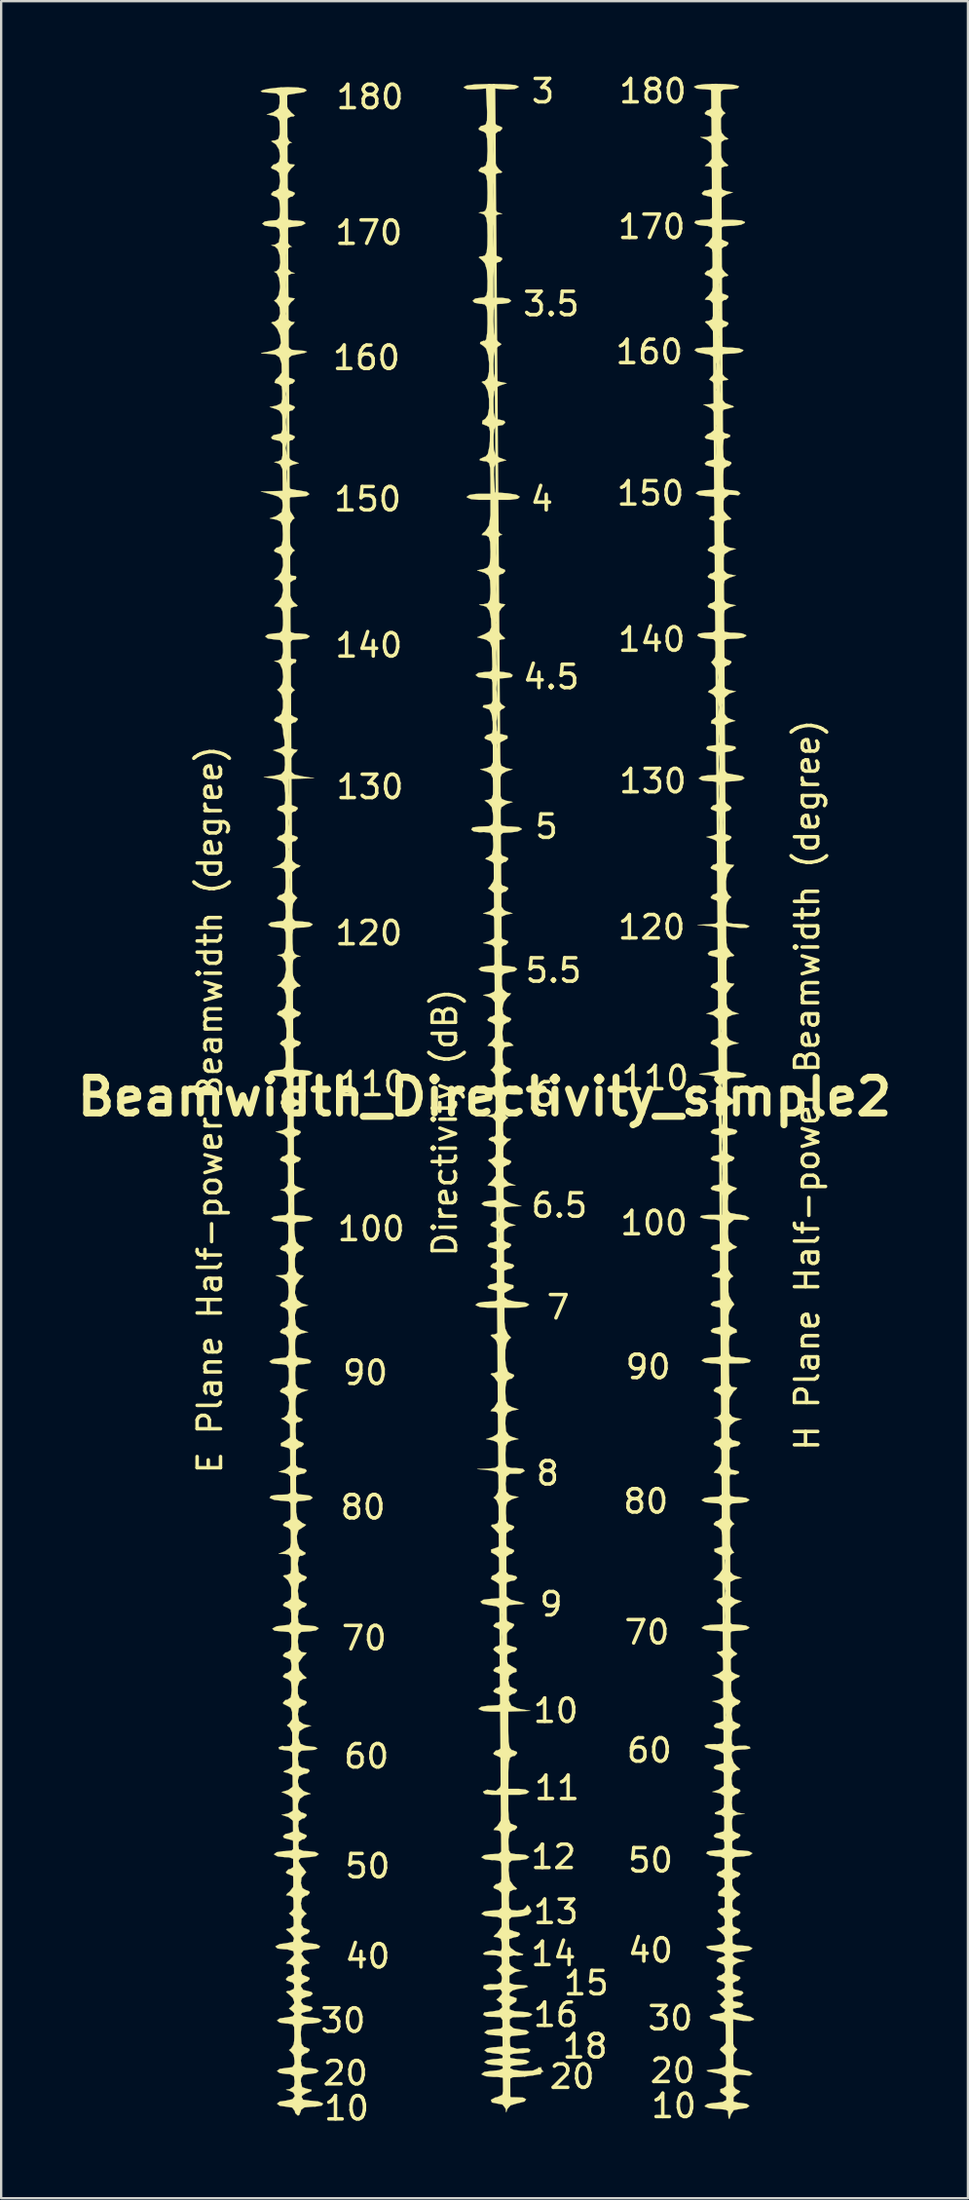
<source format=kicad_pcb>
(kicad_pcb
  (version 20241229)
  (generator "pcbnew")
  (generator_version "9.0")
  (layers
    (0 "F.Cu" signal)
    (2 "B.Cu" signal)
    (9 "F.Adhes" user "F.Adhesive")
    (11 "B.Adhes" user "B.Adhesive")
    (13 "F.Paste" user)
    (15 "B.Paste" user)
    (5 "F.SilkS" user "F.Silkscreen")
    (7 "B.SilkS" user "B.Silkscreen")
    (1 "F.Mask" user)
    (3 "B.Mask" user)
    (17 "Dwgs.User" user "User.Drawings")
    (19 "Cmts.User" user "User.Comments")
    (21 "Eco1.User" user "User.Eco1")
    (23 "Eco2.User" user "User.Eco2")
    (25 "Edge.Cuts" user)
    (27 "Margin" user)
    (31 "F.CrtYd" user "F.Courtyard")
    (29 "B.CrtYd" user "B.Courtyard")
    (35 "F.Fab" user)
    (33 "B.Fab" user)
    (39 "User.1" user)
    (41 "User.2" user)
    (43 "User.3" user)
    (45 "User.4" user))
  (footprint "Beamwidth_Directivity_simple2"
    (layer "F.Cu")
    (at 17.678 43.848)
    (property "Reference" "Beamwidth_Directivity_simple2" (at 0 0 0) (layer "F.SilkS") (effects (font (size 1.524 1.524) (thickness 0.3))))
    (attr through_hole)
    (fp_line (start -8.7 -43.1) (end -8.05 43.2) (stroke (width 0.12) (type solid)) (layer "F.SilkS"))
    (fp_line (start -8.5 -42.9) (end -7.95 43.2) (stroke (width 0.12) (type solid)) (layer "F.SilkS"))
    (fp_line (start 0.2 -43.25) (end 0.85 43.1) (stroke (width 0.12) (type solid)) (layer "F.SilkS"))
    (fp_line (start 0.4 -43.25) (end 1.05 43.1) (stroke (width 0.12) (type solid)) (layer "F.SilkS"))
    (fp_line (start 9.75 -43.25) (end 10.4 43.1) (stroke (width 0.12) (type solid)) (layer "F.SilkS"))
    (fp_line (start 9.9 -30.15) (end 9.95 -28.75) (stroke (width 0.12) (type solid)) (layer "F.SilkS"))
    (fp_line (start 10.4 43.1) (end 10.65 43.1) (stroke (width 0.12) (type solid)) (layer "F.SilkS"))
    (fp_line (start 10.6 43.15) (end 10.05 -43.1) (stroke (width 0.12) (type solid)) (layer "F.SilkS"))
    (fp_poly (pts (xy 0.935 -43.296) (xy 1.307 -43.262) (xy 1.455 -43.204) (xy 1.453 -43.168) (xy 1.283 -43.09) (xy 0.967 -43.07) (xy 0.874 -43.076) (xy 0.381 -43.123) (xy 0.381 -42.326) (xy 0.395 -41.872) (xy 0.443 -41.624) (xy 0.537 -41.533) (xy 0.572 -41.529) (xy 0.741 -41.46) (xy 0.762 -41.402) (xy 0.659 -41.289) (xy 0.572 -41.275) (xy 0.447 -41.164) (xy 0.379 -40.885) (xy 0.366 -40.516) (xy 0.406 -40.135) (xy 0.498 -39.821) (xy 0.603 -39.674) (xy 0.756 -39.544) (xy 0.703 -39.505) (xy 0.603 -39.501) (xy 0.481 -39.462) (xy 0.413 -39.313) (xy 0.385 -39.001) (xy 0.381 -38.681) (xy 0.393 -38.222) (xy 0.439 -37.959) (xy 0.534 -37.834) (xy 0.603 -37.807) (xy 0.76 -37.758) (xy 0.67 -37.738) (xy 0.603 -37.734) (xy 0.485 -37.69) (xy 0.417 -37.543) (xy 0.387 -37.241) (xy 0.381 -36.83) (xy 0.392 -36.347) (xy 0.432 -36.071) (xy 0.512 -35.954) (xy 0.572 -35.941) (xy 0.741 -35.872) (xy 0.762 -35.814) (xy 0.659 -35.701) (xy 0.572 -35.687) (xy 0.461 -35.628) (xy 0.401 -35.421) (xy 0.381 -35.017) (xy 0.381 -34.925) (xy 0.381 -34.163) (xy 0.762 -34.163) (xy 1.03 -34.126) (xy 1.143 -34.038) (xy 1.143 -34.036) (xy 1.033 -33.947) (xy 0.767 -33.909) (xy 0.762 -33.909) (xy 0.55 -33.899) (xy 0.437 -33.828) (xy 0.39 -33.637) (xy 0.381 -33.266) (xy 0.381 -33.153) (xy 0.402 -32.678) (xy 0.475 -32.402) (xy 0.585 -32.283) (xy 0.725 -32.182) (xy 0.635 -32.11) (xy 0.585 -32.09) (xy 0.458 -31.967) (xy 0.395 -31.688) (xy 0.381 -31.318) (xy 0.393 -30.913) (xy 0.444 -30.695) (xy 0.562 -30.597) (xy 0.667 -30.568) (xy 0.953 -30.512) (xy 0.667 -30.418) (xy 0.499 -30.33) (xy 0.413 -30.161) (xy 0.383 -29.842) (xy 0.381 -29.64) (xy 0.393 -29.241) (xy 0.442 -29.036) (xy 0.552 -28.962) (xy 0.635 -28.956) (xy 0.841 -28.903) (xy 0.889 -28.829) (xy 0.783 -28.726) (xy 0.635 -28.702) (xy 0.483 -28.669) (xy 0.407 -28.528) (xy 0.382 -28.216) (xy 0.381 -28.063) (xy 0.398 -27.667) (xy 0.469 -27.45) (xy 0.62 -27.337) (xy 0.657 -27.322) (xy 0.934 -27.219) (xy 0.651 -27.145) (xy 0.481 -27.071) (xy 0.405 -26.915) (xy 0.398 -26.606) (xy 0.406 -26.458) (xy 0.445 -25.845) (xy 0.984 -25.805) (xy 1.361 -25.745) (xy 1.509 -25.656) (xy 1.424 -25.573) (xy 1.101 -25.528) (xy 1.016 -25.527) (xy 0.508 -25.527) (xy 0.508 -24.839) (xy 0.538 -24.385) (xy 0.621 -24.127) (xy 0.667 -24.087) (xy 0.76 -24.03) (xy 0.667 -24.013) (xy 0.562 -23.895) (xy 0.507 -23.616) (xy 0.497 -23.261) (xy 0.533 -22.918) (xy 0.611 -22.673) (xy 0.699 -22.606) (xy 0.868 -22.537) (xy 0.889 -22.479) (xy 0.786 -22.366) (xy 0.699 -22.352) (xy 0.579 -22.284) (xy 0.52 -22.049) (xy 0.508 -21.717) (xy 0.524 -21.33) (xy 0.587 -21.136) (xy 0.715 -21.079) (xy 0.73 -21.078) (xy 0.883 -21.061) (xy 0.83 -20.983) (xy 0.73 -20.905) (xy 0.557 -20.635) (xy 0.512 -20.264) (xy 0.594 -19.91) (xy 0.73 -19.735) (xy 0.883 -19.605) (xy 0.83 -19.566) (xy 0.73 -19.562) (xy 0.6 -19.517) (xy 0.532 -19.351) (xy 0.509 -19.005) (xy 0.508 -18.86) (xy 0.517 -18.459) (xy 0.56 -18.251) (xy 0.667 -18.172) (xy 0.818 -18.161) (xy 1.087 -18.114) (xy 1.206 -18.034) (xy 1.157 -17.944) (xy 0.91 -17.907) (xy 0.896 -17.907) (xy 0.646 -17.887) (xy 0.536 -17.779) (xy 0.509 -17.509) (xy 0.508 -17.405) (xy 0.563 -16.991) (xy 0.73 -16.779) (xy 0.885 -16.673) (xy 0.814 -16.602) (xy 0.73 -16.568) (xy 0.568 -16.409) (xy 0.509 -16.067) (xy 0.508 -15.988) (xy 0.531 -15.662) (xy 0.621 -15.519) (xy 0.762 -15.494) (xy 0.98 -15.44) (xy 0.983 -15.323) (xy 0.775 -15.207) (xy 0.746 -15.199) (xy 0.549 -15.077) (xy 0.555 -14.92) (xy 0.62 -14.623) (xy 0.635 -14.413) (xy 0.722 -14.151) (xy 0.921 -14.058) (xy 1.206 -14.002) (xy 0.921 -13.908) (xy 0.736 -13.802) (xy 0.652 -13.594) (xy 0.635 -13.266) (xy 0.655 -12.912) (xy 0.739 -12.735) (xy 0.921 -12.661) (xy 1.206 -12.605) (xy 0.921 -12.511) (xy 0.714 -12.376) (xy 0.639 -12.107) (xy 0.635 -11.987) (xy 0.651 -11.713) (xy 0.747 -11.59) (xy 0.996 -11.558) (xy 1.15 -11.557) (xy 1.472 -11.53) (xy 1.595 -11.458) (xy 1.587 -11.43) (xy 1.419 -11.344) (xy 1.111 -11.303) (xy 1.072 -11.303) (xy 0.792 -11.287) (xy 0.668 -11.191) (xy 0.636 -10.941) (xy 0.635 -10.795) (xy 0.666 -10.442) (xy 0.771 -10.296) (xy 0.826 -10.287) (xy 0.995 -10.218) (xy 1.016 -10.16) (xy 0.913 -10.047) (xy 0.826 -10.033) (xy 0.693 -9.949) (xy 0.638 -9.671) (xy 0.635 -9.525) (xy 0.666 -9.172) (xy 0.771 -9.026) (xy 0.826 -9.017) (xy 0.995 -8.948) (xy 1.016 -8.89) (xy 0.913 -8.777) (xy 0.826 -8.763) (xy 0.665 -8.668) (xy 0.619 -8.445) (xy 0.679 -8.186) (xy 0.833 -7.982) (xy 0.921 -7.936) (xy 1.206 -7.842) (xy 0.921 -7.786) (xy 0.731 -7.704) (xy 0.649 -7.511) (xy 0.635 -7.23) (xy 0.668 -6.88) (xy 0.775 -6.739) (xy 0.826 -6.731) (xy 0.995 -6.662) (xy 1.016 -6.604) (xy 0.913 -6.491) (xy 0.826 -6.477) (xy 0.685 -6.381) (xy 0.635 -6.073) (xy 0.635 -6.032) (xy 0.656 -5.734) (xy 0.764 -5.611) (xy 1.016 -5.588) (xy 1.284 -5.551) (xy 1.397 -5.463) (xy 1.397 -5.461) (xy 1.289 -5.364) (xy 1.093 -5.334) (xy 0.832 -5.268) (xy 0.721 -5.156) (xy 0.692 -4.859) (xy 0.787 -4.587) (xy 0.966 -4.445) (xy 0.999 -4.441) (xy 1.133 -4.419) (xy 1.062 -4.329) (xy 0.984 -4.268) (xy 0.826 -4.052) (xy 0.764 -3.776) (xy 0.802 -3.537) (xy 0.943 -3.429) (xy 0.953 -3.429) (xy 1.122 -3.36) (xy 1.143 -3.302) (xy 1.04 -3.189) (xy 0.953 -3.175) (xy 0.813 -3.08) (xy 0.763 -2.776) (xy 0.762 -2.723) (xy 0.786 -2.445) (xy 0.847 -2.329) (xy 0.863 -2.334) (xy 1.044 -2.329) (xy 1.149 -2.28) (xy 1.239 -2.192) (xy 1.1 -2.162) (xy 1.048 -2.161) (xy 0.853 -2.119) (xy 0.774 -1.95) (xy 0.762 -1.714) (xy 0.803 -1.386) (xy 0.935 -1.271) (xy 0.953 -1.27) (xy 1.122 -1.201) (xy 1.143 -1.143) (xy 1.04 -1.03) (xy 0.953 -1.016) (xy 0.806 -0.919) (xy 0.764 -0.698) (xy 0.824 -0.464) (xy 0.963 -0.331) (xy 1.267 -0.263) (xy 1.407 -0.254) (xy 1.608 -0.21) (xy 1.651 -0.153) (xy 1.541 -0.099) (xy 1.269 -0.097) (xy 1.206 -0.103) (xy 0.91 -0.121) (xy 0.787 -0.035) (xy 0.762 0.224) (xy 0.762 0.293) (xy 0.803 0.612) (xy 0.903 0.804) (xy 0.921 0.815) (xy 1.014 0.898) (xy 0.921 0.963) (xy 0.788 1.133) (xy 0.756 1.398) (xy 0.816 1.649) (xy 0.96 1.779) (xy 0.984 1.782) (xy 1.139 1.796) (xy 1.071 1.864) (xy 0.984 1.915) (xy 0.824 2.103) (xy 0.764 2.358) (xy 0.809 2.579) (xy 0.953 2.667) (xy 1.122 2.736) (xy 1.143 2.794) (xy 1.04 2.907) (xy 0.953 2.921) (xy 0.791 3.013) (xy 0.754 3.228) (xy 0.83 3.474) (xy 1.007 3.659) (xy 1.048 3.679) (xy 1.333 3.794) (xy 1.048 3.802) (xy 0.826 3.873) (xy 0.762 4.112) (xy 0.762 4.124) (xy 0.823 4.367) (xy 1.049 4.516) (xy 1.175 4.557) (xy 1.587 4.676) (xy 1.175 4.688) (xy 0.886 4.726) (xy 0.775 4.858) (xy 0.762 5.002) (xy 0.865 5.29) (xy 1.048 5.399) (xy 1.333 5.493) (xy 1.048 5.549) (xy 0.852 5.675) (xy 0.756 5.892) (xy 0.773 6.106) (xy 0.916 6.22) (xy 0.953 6.223) (xy 1.122 6.292) (xy 1.143 6.35) (xy 1.04 6.463) (xy 0.953 6.477) (xy 0.799 6.587) (xy 0.762 6.795) (xy 0.822 7.043) (xy 1.016 7.112) (xy 1.222 7.165) (xy 1.27 7.239) (xy 1.164 7.342) (xy 1.016 7.366) (xy 0.817 7.44) (xy 0.762 7.684) (xy 0.822 7.932) (xy 1.016 8.001) (xy 1.234 8.056) (xy 1.237 8.176) (xy 1.024 8.29) (xy 1.015 8.292) (xy 0.813 8.405) (xy 0.816 8.55) (xy 0.989 8.682) (xy 1.294 8.758) (xy 1.411 8.763) (xy 1.724 8.792) (xy 1.894 8.864) (xy 1.905 8.89) (xy 1.792 8.968) (xy 1.507 9.012) (xy 1.365 9.017) (xy 0.826 9.017) (xy 0.836 9.536) (xy 0.885 9.907) (xy 0.996 10.154) (xy 1.026 10.181) (xy 1.134 10.301) (xy 1.048 10.371) (xy 0.944 10.525) (xy 0.889 10.827) (xy 0.881 11.19) (xy 0.92 11.529) (xy 1.002 11.76) (xy 1.079 11.811) (xy 1.249 11.88) (xy 1.27 11.938) (xy 1.167 12.051) (xy 1.079 12.065) (xy 0.952 12.142) (xy 0.896 12.401) (xy 0.889 12.622) (xy 0.911 12.987) (xy 1.002 13.18) (xy 1.175 13.273) (xy 1.46 13.367) (xy 1.175 13.423) (xy 0.983 13.507) (xy 0.902 13.707) (xy 0.889 13.964) (xy 0.921 14.306) (xy 1.045 14.483) (xy 1.175 14.543) (xy 1.46 14.637) (xy 1.175 14.693) (xy 0.994 14.766) (xy 0.91 14.939) (xy 0.889 15.285) (xy 0.889 15.312) (xy 0.899 15.66) (xy 0.965 15.823) (xy 1.145 15.872) (xy 1.341 15.875) (xy 1.639 15.906) (xy 1.718 15.993) (xy 1.711 16.008) (xy 1.528 16.114) (xy 1.417 16.12) (xy 1.083 16.12) (xy 0.928 16.241) (xy 0.889 16.539) (xy 0.889 16.565) (xy 0.924 16.878) (xy 1.06 17.023) (xy 1.175 17.057) (xy 1.46 17.113) (xy 1.175 17.207) (xy 0.981 17.324) (xy 0.9 17.555) (xy 0.889 17.795) (xy 0.922 18.142) (xy 1.032 18.281) (xy 1.079 18.288) (xy 1.249 18.357) (xy 1.27 18.415) (xy 1.167 18.528) (xy 1.079 18.542) (xy 0.928 18.656) (xy 0.889 18.923) (xy 0.946 19.225) (xy 1.079 19.304) (xy 1.249 19.373) (xy 1.27 19.431) (xy 1.167 19.544) (xy 1.079 19.558) (xy 0.939 19.654) (xy 0.889 19.962) (xy 0.889 20.003) (xy 0.917 20.309) (xy 1.028 20.432) (xy 1.143 20.447) (xy 1.349 20.5) (xy 1.397 20.574) (xy 1.291 20.677) (xy 1.143 20.701) (xy 0.957 20.761) (xy 0.891 20.985) (xy 0.889 21.08) (xy 0.935 21.367) (xy 1.123 21.504) (xy 1.238 21.535) (xy 1.597 21.621) (xy 1.712 21.672) (xy 1.592 21.698) (xy 1.365 21.707) (xy 1.053 21.732) (xy 0.919 21.83) (xy 0.889 22.063) (xy 0.889 22.098) (xy 0.946 22.4) (xy 1.079 22.479) (xy 1.249 22.54) (xy 1.27 22.592) (xy 1.169 22.731) (xy 1.079 22.779) (xy 0.935 22.948) (xy 0.889 23.174) (xy 0.947 23.424) (xy 1.143 23.495) (xy 1.349 23.548) (xy 1.397 23.622) (xy 1.291 23.726) (xy 1.151 23.749) (xy 0.97 23.839) (xy 0.922 24.039) (xy 1.006 24.248) (xy 1.171 24.355) (xy 1.364 24.464) (xy 1.372 24.586) (xy 1.206 24.638) (xy 1.053 24.748) (xy 1.016 24.956) (xy 1.082 25.211) (xy 1.206 25.273) (xy 1.376 25.342) (xy 1.397 25.4) (xy 1.294 25.511) (xy 1.198 25.527) (xy 1.047 25.622) (xy 1.039 25.813) (xy 1.143 26.033) (xy 1.416 26.155) (xy 1.524 26.177) (xy 1.968 26.256) (xy 1.492 26.272) (xy 1.016 26.289) (xy 1.016 27.114) (xy 1.029 27.578) (xy 1.074 27.835) (xy 1.163 27.934) (xy 1.206 27.94) (xy 1.376 28.009) (xy 1.397 28.067) (xy 1.294 28.18) (xy 1.206 28.194) (xy 1.092 28.257) (xy 1.032 28.477) (xy 1.016 28.892) (xy 1.016 29.591) (xy 1.46 29.591) (xy 1.754 29.623) (xy 1.901 29.701) (xy 1.905 29.718) (xy 1.793 29.802) (xy 1.519 29.844) (xy 1.46 29.845) (xy 1.016 29.845) (xy 1.016 30.48) (xy 1.036 30.879) (xy 1.107 31.074) (xy 1.206 31.115) (xy 1.376 31.184) (xy 1.397 31.242) (xy 1.294 31.355) (xy 1.206 31.369) (xy 1.074 31.453) (xy 1.019 31.731) (xy 1.016 31.877) (xy 1.029 32.202) (xy 1.113 32.347) (xy 1.329 32.384) (xy 1.46 32.385) (xy 1.754 32.417) (xy 1.901 32.495) (xy 1.905 32.512) (xy 1.793 32.596) (xy 1.519 32.638) (xy 1.46 32.639) (xy 1.167 32.657) (xy 1.043 32.763) (xy 1.016 33.034) (xy 1.016 33.101) (xy 1.087 33.518) (xy 1.238 33.732) (xy 1.391 33.862) (xy 1.338 33.901) (xy 1.238 33.905) (xy 1.081 33.975) (xy 1.02 34.216) (xy 1.016 34.353) (xy 1.037 34.652) (xy 1.145 34.775) (xy 1.397 34.798) (xy 1.666 34.754) (xy 1.778 34.646) (xy 1.778 34.646) (xy 1.822 34.56) (xy 1.919 34.635) (xy 2.007 34.829) (xy 1.873 34.977) (xy 1.55 35.049) (xy 1.453 35.052) (xy 1.156 35.077) (xy 1.035 35.187) (xy 1.016 35.37) (xy 1.076 35.618) (xy 1.27 35.687) (xy 1.476 35.74) (xy 1.524 35.814) (xy 1.417 35.916) (xy 1.261 35.941) (xy 1.052 36.015) (xy 1.01 36.188) (xy 1.113 36.392) (xy 1.34 36.554) (xy 1.46 36.592) (xy 1.656 36.657) (xy 1.63 36.706) (xy 1.418 36.722) (xy 1.238 36.71) (xy 1.056 36.77) (xy 1.015 36.945) (xy 1.108 37.145) (xy 1.302 37.276) (xy 1.587 37.37) (xy 1.302 37.426) (xy 1.063 37.569) (xy 1.016 37.728) (xy 1.067 37.895) (xy 1.262 37.964) (xy 1.482 37.973) (xy 1.793 37.997) (xy 1.862 38.052) (xy 1.692 38.111) (xy 1.453 38.14) (xy 1.205 38.207) (xy 1.053 38.324) (xy 1.039 38.435) (xy 1.196 38.481) (xy 1.375 38.547) (xy 1.355 38.684) (xy 1.206 38.781) (xy 1.023 38.905) (xy 1.062 39.022) (xy 1.295 39.1) (xy 1.524 39.116) (xy 1.842 39.145) (xy 2.019 39.218) (xy 2.032 39.247) (xy 1.921 39.326) (xy 1.649 39.351) (xy 1.592 39.348) (xy 1.208 39.357) (xy 1.039 39.462) (xy 1.059 39.68) (xy 1.06 39.682) (xy 1.24 39.832) (xy 1.52 39.878) (xy 1.789 39.914) (xy 1.905 40.002) (xy 1.905 40.005) (xy 1.793 40.089) (xy 1.519 40.131) (xy 1.46 40.132) (xy 1.152 40.162) (xy 1.028 40.275) (xy 1.016 40.372) (xy 1.117 40.621) (xy 1.389 40.714) (xy 1.624 40.684) (xy 1.866 40.689) (xy 1.962 40.756) (xy 1.914 40.852) (xy 1.625 40.893) (xy 1.531 40.894) (xy 1.211 40.922) (xy 1.03 40.991) (xy 1.016 41.021) (xy 1.128 41.105) (xy 1.402 41.147) (xy 1.46 41.148) (xy 1.754 41.18) (xy 1.901 41.258) (xy 1.905 41.275) (xy 1.793 41.358) (xy 1.518 41.401) (xy 1.453 41.402) (xy 1.164 41.432) (xy 1.072 41.512) (xy 1.079 41.529) (xy 1.244 41.607) (xy 1.566 41.651) (xy 1.716 41.656) (xy 2.066 41.642) (xy 2.242 41.565) (xy 2.25 41.575) (xy 2.3 41.525) (xy 2.3 41.5) (xy 2.35 41.5) (xy 2.355 41.5) (xy 2.4 41.525) (xy 2.4 41.475) (xy 2.425 41.55) (xy 2.475 41.65) (xy 2.527 41.68) (xy 2.45 41.7) (xy 2.433 41.736) (xy 2.4 41.75) (xy 2.404 41.789) (xy 2.4 41.8) (xy 2.35 41.8) (xy 2.362 41.8) (xy 2.35 41.8) (xy 2.287 41.802) (xy 2.05 41.85) (xy 1.95 41.85) (xy 1.683 41.906) (xy 2.117 41.694) (xy 2.309 41.699) (xy 1.999 41.85) (xy 1.56 41.91) (xy 1.546 41.91) (xy 1.211 41.922) (xy 1.059 41.998) (xy 1.018 42.2) (xy 1.016 42.364) (xy 1.034 42.664) (xy 1.128 42.781) (xy 1.356 42.783) (xy 1.365 42.782) (xy 1.642 42.794) (xy 1.778 42.867) (xy 1.713 42.96) (xy 1.471 43.025) (xy 1.437 43.029) (xy 1.107 43.126) (xy 0.975 43.283) (xy 0.928 43.427) (xy 0.907 43.322) (xy 0.904 43.275) (xy 0.785 43.092) (xy 0.572 43.053) (xy 0.313 43.001) (xy 0.273 42.891) (xy 0.458 42.791) (xy 0.54 42.776) (xy 0.755 42.679) (xy 0.853 42.422) (xy 0.865 42.323) (xy 0.876 42.06) (xy 0.795 41.942) (xy 0.555 41.911) (xy 0.389 41.91) (xy 0.068 41.882) (xy -0.113 41.813) (xy -0.127 41.783) (xy -0.015 41.698) (xy 0.258 41.657) (xy 0.31 41.656) (xy 0.626 41.622) (xy 0.817 41.54) (xy 0.826 41.529) (xy 0.772 41.443) (xy 0.513 41.403) (xy 0.452 41.402) (xy 0.155 41.371) (xy 0.005 41.293) (xy 0 41.275) (xy 0.112 41.192) (xy 0.387 41.149) (xy 0.452 41.148) (xy 0.741 41.118) (xy 0.833 41.038) (xy 0.826 41.021) (xy 0.654 40.929) (xy 0.374 40.894) (xy 0.109 40.857) (xy 0 40.767) (xy 0.112 40.683) (xy 0.386 40.641) (xy 0.445 40.64) (xy 0.751 40.612) (xy 0.874 40.501) (xy 0.889 40.386) (xy 0.839 40.211) (xy 0.645 40.14) (xy 0.445 40.132) (xy 0.151 40.1) (xy 0.004 40.022) (xy 0 40.005) (xy 0.11 39.914) (xy 0.36 39.878) (xy 0.693 39.846) (xy 0.822 39.726) (xy 0.803 39.513) (xy 0.68 39.352) (xy 0.396 39.341) (xy 0.387 39.342) (xy 0.1 39.336) (xy -0.056 39.255) (xy -0.014 39.155) (xy 0.266 39.116) (xy 0.31 39.116) (xy 0.622 39.06) (xy 0.773 38.927) (xy 0.73 38.767) (xy 0.603 38.682) (xy 0.51 38.599) (xy 0.603 38.534) (xy 0.75 38.355) (xy 0.762 38.283) (xy 0.683 38.165) (xy 0.419 38.175) (xy 0.396 38.179) (xy 0.1 38.19) (xy -0.056 38.113) (xy -0.029 37.994) (xy 0.22 37.942) (xy 0.54 37.951) (xy 0.71 37.873) (xy 0.764 37.676) (xy 0.688 37.476) (xy 0.603 37.412) (xy 0.51 37.329) (xy 0.603 37.264) (xy 0.737 37.089) (xy 0.762 36.946) (xy 0.711 36.782) (xy 0.515 36.711) (xy 0.286 36.699) (xy -0.002 36.685) (xy -0.065 36.64) (xy 0.034 36.564) (xy 0.34 36.491) (xy 0.511 36.513) (xy 0.697 36.528) (xy 0.759 36.364) (xy 0.762 36.267) (xy 0.697 36.003) (xy 0.54 35.937) (xy 0.387 35.92) (xy 0.44 35.842) (xy 0.54 35.764) (xy 0.722 35.508) (xy 0.762 35.324) (xy 0.718 35.138) (xy 0.54 35.062) (xy 0.318 35.052) (xy 0.024 35.02) (xy -0.123 34.942) (xy -0.127 34.925) (xy -0.015 34.841) (xy 0.259 34.799) (xy 0.318 34.798) (xy 0.615 34.778) (xy 0.738 34.667) (xy 0.762 34.387) (xy 0.762 34.353) (xy 0.721 34.025) (xy 0.589 33.91) (xy 0.572 33.909) (xy 0.402 33.84) (xy 0.381 33.782) (xy 0.484 33.669) (xy 0.572 33.655) (xy 0.704 33.571) (xy 0.759 33.293) (xy 0.762 33.147) (xy 0.749 32.822) (xy 0.665 32.677) (xy 0.449 32.64) (xy 0.318 32.639) (xy 0.024 32.607) (xy -0.123 32.529) (xy -0.127 32.512) (xy -0.015 32.428) (xy 0.259 32.386) (xy 0.318 32.385) (xy 0.602 32.37) (xy 0.729 32.275) (xy 0.761 32.027) (xy 0.762 31.877) (xy 0.737 31.537) (xy 0.643 31.388) (xy 0.54 31.365) (xy 0.387 31.348) (xy 0.44 31.27) (xy 0.54 31.192) (xy 0.701 30.949) (xy 0.761 30.519) (xy 0.762 30.434) (xy 0.762 29.845) (xy 0.31 29.845) (xy 0.009 29.813) (xy -0.066 29.724) (xy -0.058 29.709) (xy 0.115 29.626) (xy 0.203 29.642) (xy 0.491 29.68) (xy 0.671 29.516) (xy 0.753 29.135) (xy 0.762 28.879) (xy 0.744 28.462) (xy 0.682 28.25) (xy 0.572 28.194) (xy 0.402 28.125) (xy 0.381 28.067) (xy 0.484 27.954) (xy 0.572 27.94) (xy 0.678 27.885) (xy 0.738 27.688) (xy 0.761 27.302) (xy 0.762 27.114) (xy 0.762 26.289) (xy 0.254 26.289) (xy -0.064 26.261) (xy -0.241 26.19) (xy -0.254 26.162) (xy -0.141 26.082) (xy 0.14 26.038) (xy 0.254 26.035) (xy 0.586 26.014) (xy 0.733 25.928) (xy 0.762 25.781) (xy 0.683 25.574) (xy 0.572 25.527) (xy 0.402 25.458) (xy 0.381 25.4) (xy 0.484 25.287) (xy 0.572 25.273) (xy 0.725 25.163) (xy 0.762 24.956) (xy 0.696 24.7) (xy 0.572 24.638) (xy 0.402 24.569) (xy 0.381 24.511) (xy 0.484 24.398) (xy 0.572 24.384) (xy 0.727 24.278) (xy 0.762 24.126) (xy 0.679 23.882) (xy 0.572 23.795) (xy 0.403 23.67) (xy 0.381 23.608) (xy 0.484 23.508) (xy 0.572 23.495) (xy 0.723 23.381) (xy 0.762 23.114) (xy 0.705 22.812) (xy 0.572 22.733) (xy 0.402 22.664) (xy 0.381 22.606) (xy 0.484 22.495) (xy 0.58 22.479) (xy 0.724 22.397) (xy 0.739 22.13) (xy 0.677 21.895) (xy 0.511 21.783) (xy 0.22 21.741) (xy -0.094 21.678) (xy -0.176 21.586) (xy -0.04 21.502) (xy 0.299 21.463) (xy 0.324 21.463) (xy 0.616 21.442) (xy 0.727 21.338) (xy 0.731 21.126) (xy 0.629 20.838) (xy 0.479 20.73) (xy 0.276 20.619) (xy 0.316 20.49) (xy 0.489 20.415) (xy 0.66 20.263) (xy 0.714 19.999) (xy 0.654 19.736) (xy 0.484 19.584) (xy 0.47 19.581) (xy 0.284 19.483) (xy 0.28 19.359) (xy 0.445 19.304) (xy 0.623 19.234) (xy 0.651 19.177) (xy 0.684 18.935) (xy 0.691 18.891) (xy 0.621 18.699) (xy 0.453 18.513) (xy 0.284 18.355) (xy 0.31 18.298) (xy 0.413 18.291) (xy 0.563 18.23) (xy 0.627 18.013) (xy 0.635 17.791) (xy 0.598 17.455) (xy 0.506 17.242) (xy 0.476 17.219) (xy 0.383 17.136) (xy 0.476 17.071) (xy 0.579 16.907) (xy 0.632 16.595) (xy 0.635 16.507) (xy 0.618 16.187) (xy 0.519 16.039) (xy 0.265 15.979) (xy 0.159 15.968) (xy -0.318 15.918) (xy 0.159 15.896) (xy 0.453 15.871) (xy 0.591 15.783) (xy 0.632 15.56) (xy 0.635 15.312) (xy 0.616 14.953) (xy 0.537 14.773) (xy 0.363 14.696) (xy 0.349 14.693) (xy 0.064 14.637) (xy 0.349 14.543) (xy 0.543 14.426) (xy 0.624 14.195) (xy 0.635 13.955) (xy 0.608 13.621) (xy 0.509 13.477) (xy 0.413 13.458) (xy 0.26 13.441) (xy 0.313 13.363) (xy 0.413 13.285) (xy 0.589 13.001) (xy 0.635 12.636) (xy 0.565 12.204) (xy 0.413 11.988) (xy 0.26 11.858) (xy 0.313 11.819) (xy 0.413 11.815) (xy 0.547 11.767) (xy 0.614 11.592) (xy 0.635 11.231) (xy 0.635 11.158) (xy 0.602 10.693) (xy 0.491 10.415) (xy 0.413 10.337) (xy 0.26 10.207) (xy 0.313 10.168) (xy 0.413 10.164) (xy 0.554 10.11) (xy 0.621 9.915) (xy 0.635 9.588) (xy 0.635 9.017) (xy 0.127 9.017) (xy -0.191 8.989) (xy -0.368 8.918) (xy -0.381 8.89) (xy -0.268 8.81) (xy 0.013 8.766) (xy 0.127 8.763) (xy 0.459 8.742) (xy 0.606 8.656) (xy 0.635 8.509) (xy 0.545 8.297) (xy 0.381 8.255) (xy 0.175 8.202) (xy 0.127 8.128) (xy 0.233 8.025) (xy 0.381 8.001) (xy 0.58 7.927) (xy 0.635 7.684) (xy 0.569 7.428) (xy 0.445 7.366) (xy 0.275 7.297) (xy 0.254 7.239) (xy 0.357 7.126) (xy 0.445 7.112) (xy 0.598 7.002) (xy 0.635 6.795) (xy 0.575 6.546) (xy 0.381 6.477) (xy 0.175 6.424) (xy 0.127 6.35) (xy 0.233 6.247) (xy 0.381 6.223) (xy 0.58 6.149) (xy 0.635 5.905) (xy 0.569 5.65) (xy 0.445 5.588) (xy 0.275 5.519) (xy 0.254 5.461) (xy 0.357 5.348) (xy 0.445 5.334) (xy 0.598 5.224) (xy 0.635 5.016) (xy 0.594 4.79) (xy 0.42 4.707) (xy 0.254 4.699) (xy -0.014 4.662) (xy -0.127 4.574) (xy -0.127 4.572) (xy -0.016 4.484) (xy 0.252 4.445) (xy 0.268 4.445) (xy 0.537 4.417) (xy 0.604 4.312) (xy 0.585 4.244) (xy 0.517 4.002) (xy 0.508 3.927) (xy 0.403 3.826) (xy 0.286 3.806) (xy 0.134 3.787) (xy 0.197 3.702) (xy 0.274 3.642) (xy 0.498 3.36) (xy 0.484 3.066) (xy 0.318 2.869) (xy 0.152 2.726) (xy 0.188 2.677) (xy 0.286 2.671) (xy 0.445 2.569) (xy 0.517 2.34) (xy 0.498 2.09) (xy 0.385 1.924) (xy 0.31 1.905) (xy 0.179 1.843) (xy 0.192 1.776) (xy 0.344 1.703) (xy 0.39 1.72) (xy 0.467 1.66) (xy 0.507 1.418) (xy 0.508 1.35) (xy 0.475 1.034) (xy 0.344 0.888) (xy 0.222 0.852) (xy -0.064 0.797) (xy 0.222 0.779) (xy 0.418 0.724) (xy 0.497 0.542) (xy 0.508 0.318) (xy 0.493 0.033) (xy 0.398 -0.094) (xy 0.15 -0.126) (xy 0 -0.127) (xy -0.318 -0.155) (xy -0.495 -0.226) (xy -0.508 -0.254) (xy -0.395 -0.334) (xy -0.114 -0.378) (xy 0 -0.381) (xy 0.328 -0.399) (xy 0.473 -0.481) (xy 0.508 -0.67) (xy 0.508 -0.688) (xy 0.449 -0.953) (xy 0.349 -1.069) (xy 0.256 -1.152) (xy 0.349 -1.217) (xy 0.457 -1.383) (xy 0.507 -1.688) (xy 0.508 -1.725) (xy 0.473 -2.036) (xy 0.347 -2.156) (xy 0.286 -2.163) (xy 0.133 -2.18) (xy 0.186 -2.258) (xy 0.286 -2.336) (xy 0.444 -2.552) (xy 0.506 -2.828) (xy 0.468 -3.067) (xy 0.327 -3.175) (xy 0.318 -3.175) (xy 0.148 -3.244) (xy 0.127 -3.302) (xy 0.23 -3.415) (xy 0.318 -3.429) (xy 0.478 -3.524) (xy 0.524 -3.747) (xy 0.464 -4.006) (xy 0.31 -4.21) (xy 0.222 -4.256) (xy -0.064 -4.35) (xy 0.222 -4.406) (xy 0.423 -4.499) (xy 0.501 -4.722) (xy 0.508 -4.898) (xy 0.486 -5.193) (xy 0.373 -5.312) (xy 0.127 -5.334) (xy -0.141 -5.371) (xy -0.254 -5.459) (xy -0.254 -5.461) (xy -0.144 -5.55) (xy 0.122 -5.588) (xy 0.127 -5.588) (xy 0.385 -5.614) (xy 0.489 -5.742) (xy 0.508 -6.024) (xy 0.473 -6.337) (xy 0.337 -6.482) (xy 0.222 -6.516) (xy -0.064 -6.572) (xy 0.222 -6.666) (xy 0.418 -6.785) (xy 0.498 -7.021) (xy 0.508 -7.245) (xy 0.481 -7.576) (xy 0.373 -7.734) (xy 0.222 -7.786) (xy -0.064 -7.842) (xy 0.222 -7.936) (xy 0.435 -8.113) (xy 0.516 -8.391) (xy 0.46 -8.666) (xy 0.289 -8.82) (xy 0.149 -8.908) (xy 0.242 -9.01) (xy 0.368 -9.199) (xy 0.449 -9.52) (xy 0.454 -9.561) (xy 0.451 -9.88) (xy 0.341 -10.042) (xy 0.215 -10.097) (xy 0.034 -10.171) (xy 0.085 -10.224) (xy 0.159 -10.246) (xy 0.315 -10.369) (xy 0.377 -10.663) (xy 0.381 -10.804) (xy 0.357 -11.137) (xy 0.243 -11.291) (xy -0.027 -11.321) (xy -0.21 -11.31) (xy -0.465 -11.348) (xy -0.567 -11.423) (xy -0.516 -11.514) (xy -0.234 -11.555) (xy -0.134 -11.557) (xy 0.194 -11.57) (xy 0.341 -11.65) (xy 0.38 -11.86) (xy 0.381 -11.995) (xy 0.309 -12.389) (xy 0.159 -12.563) (xy 0.004 -12.665) (xy 0.072 -12.694) (xy 0.159 -12.696) (xy 0.302 -12.751) (xy 0.368 -12.95) (xy 0.381 -13.257) (xy 0.359 -13.622) (xy 0.268 -13.815) (xy 0.095 -13.908) (xy -0.191 -14.002) (xy 0.095 -14.058) (xy 0.276 -14.131) (xy 0.36 -14.304) (xy 0.381 -14.65) (xy 0.381 -14.677) (xy 0.355 -15.051) (xy 0.268 -15.219) (xy 0.191 -15.24) (xy 0.021 -15.309) (xy 0 -15.367) (xy 0.103 -15.478) (xy 0.198 -15.494) (xy 0.323 -15.552) (xy 0.366 -15.764) (xy 0.357 -16.034) (xy 0.301 -16.371) (xy 0.207 -16.558) (xy 0.169 -16.573) (xy -0.048 -16.647) (xy -0.074 -16.669) (xy -0.047 -16.742) (xy 0.106 -16.764) (xy 0.277 -16.796) (xy 0.358 -16.935) (xy 0.381 -17.247) (xy 0.381 -17.335) (xy 0.37 -17.687) (xy 0.306 -17.853) (xy 0.144 -17.904) (xy 0 -17.907) (xy -0.268 -17.944) (xy -0.381 -18.032) (xy -0.381 -18.034) (xy -0.271 -18.123) (xy -0.004 -18.161) (xy 0.004 -18.161) (xy 0.227 -18.172) (xy 0.337 -18.247) (xy 0.366 -18.45) (xy 0.348 -18.823) (xy 0.309 -19.221) (xy 0.232 -19.436) (xy 0.082 -19.541) (xy -0.005 -19.567) (xy -0.318 -19.649) (xy 0.005 -19.781) (xy 0.211 -19.898) (xy 0.289 -20.081) (xy 0.278 -20.421) (xy 0.278 -20.426) (xy 0.213 -20.779) (xy 0.082 -20.95) (xy -0.044 -20.994) (xy -0.234 -21.036) (xy -0.177 -21.055) (xy -0.032 -21.065) (xy 0.14 -21.103) (xy 0.225 -21.237) (xy 0.253 -21.531) (xy 0.254 -21.702) (xy 0.237 -22.088) (xy 0.165 -22.297) (xy 0.009 -22.403) (xy -0.032 -22.417) (xy -0.318 -22.511) (xy -0.032 -22.567) (xy 0.134 -22.629) (xy 0.22 -22.772) (xy 0.251 -23.065) (xy 0.254 -23.313) (xy 0.24 -23.72) (xy 0.186 -23.931) (xy 0.074 -24.004) (xy 0.032 -24.007) (xy -0.121 -24.024) (xy -0.068 -24.102) (xy 0.032 -24.18) (xy 0.193 -24.423) (xy 0.253 -24.853) (xy 0.254 -24.938) (xy 0.254 -25.527) (xy -0.254 -25.527) (xy -0.572 -25.555) (xy -0.749 -25.626) (xy -0.762 -25.654) (xy -0.649 -25.734) (xy -0.368 -25.778) (xy -0.254 -25.781) (xy 0.254 -25.781) (xy 0.254 -26.48) (xy 0.244 -26.881) (xy 0.198 -27.091) (xy 0.092 -27.169) (xy -0.021 -27.178) (xy -0.199 -27.213) (xy -0.201 -27.273) (xy 0.005 -27.366) (xy 0.042 -27.369) (xy 0.14 -27.487) (xy 0.209 -27.81) (xy 0.229 -28.035) (xy 0.237 -28.436) (xy 0.193 -28.64) (xy 0.085 -28.702) (xy 0.07 -28.702) (xy -0.106 -28.774) (xy -0.088 -28.914) (xy 0.031 -28.987) (xy 0.141 -29.142) (xy 0.195 -29.454) (xy 0.193 -29.831) (xy 0.139 -30.184) (xy 0.032 -30.421) (xy 0.007 -30.444) (xy -0.125 -30.566) (xy -0.049 -30.601) (xy 0.008 -30.603) (xy 0.127 -30.716) (xy 0.189 -30.993) (xy 0.198 -31.353) (xy 0.156 -31.714) (xy 0.067 -31.994) (xy -0.052 -32.109) (xy -0.191 -32.201) (xy -0.183 -32.27) (xy -0.03 -32.333) (xy 0.009 -32.316) (xy 0.071 -32.392) (xy 0.113 -32.673) (xy 0.127 -33.076) (xy 0.122 -33.522) (xy 0.091 -33.772) (xy 0.013 -33.881) (xy -0.134 -33.908) (xy -0.191 -33.909) (xy -0.429 -33.952) (xy -0.508 -34.036) (xy -0.399 -34.131) (xy -0.191 -34.163) (xy -0.01 -34.181) (xy 0.084 -34.274) (xy 0.121 -34.505) (xy 0.127 -34.879) (xy 0.101 -35.354) (xy 0.014 -35.64) (xy -0.095 -35.764) (xy -0.248 -35.894) (xy -0.195 -35.933) (xy -0.095 -35.937) (xy 0.023 -35.974) (xy 0.091 -36.115) (xy 0.121 -36.412) (xy 0.127 -36.821) (xy 0.116 -37.299) (xy 0.076 -37.579) (xy -0.007 -37.717) (xy -0.095 -37.758) (xy -0.252 -37.807) (xy -0.162 -37.827) (xy -0.095 -37.831) (xy 0.027 -37.877) (xy 0.095 -38.032) (xy 0.123 -38.35) (xy 0.127 -38.672) (xy 0.114 -39.135) (xy 0.069 -39.392) (xy -0.02 -39.491) (xy -0.064 -39.497) (xy -0.233 -39.566) (xy -0.254 -39.624) (xy -0.151 -39.737) (xy -0.064 -39.751) (xy 0.047 -39.81) (xy 0.107 -40.017) (xy 0.127 -40.421) (xy 0.127 -40.513) (xy 0.112 -40.955) (xy 0.061 -41.193) (xy -0.041 -41.273) (xy -0.064 -41.275) (xy -0.233 -41.344) (xy -0.254 -41.402) (xy -0.151 -41.514) (xy -0.057 -41.529) (xy 0.051 -41.574) (xy 0.103 -41.744) (xy 0.11 -42.091) (xy 0.101 -42.323) (xy 0.064 -43.117) (xy -0.413 -43.075) (xy -0.736 -43.079) (xy -0.886 -43.152) (xy -0.889 -43.17) (xy -0.765 -43.241) (xy -0.402 -43.287) (xy 0.185 -43.306) (xy 0.325 -43.307) (xy 0.935 -43.296)) (stroke (width 0.01) (type solid)) (fill yes) (layer "F.SilkS"))
    (fp_poly (pts (xy -7.961 -43.153) (xy -7.69 -43.099) (xy -7.607 -43.027) (xy -7.733 -42.955) (xy -8.081 -42.902) (xy -8.393 -42.855) (xy -8.518 -42.752) (xy -8.524 -42.558) (xy -8.409 -42.247) (xy -8.27 -42.085) (xy -8.119 -41.957) (xy -8.175 -41.918) (xy -8.272 -41.914) (xy -8.422 -41.852) (xy -8.486 -41.633) (xy -8.494 -41.413) (xy -8.457 -41.073) (xy -8.363 -40.869) (xy -8.335 -40.851) (xy -8.242 -40.794) (xy -8.335 -40.777) (xy -8.448 -40.654) (xy -8.494 -40.345) (xy -8.494 -40.322) (xy -8.46 -40.007) (xy -8.341 -39.883) (xy -8.272 -39.874) (xy -8.119 -39.858) (xy -8.172 -39.779) (xy -8.272 -39.701) (xy -8.424 -39.486) (xy -8.493 -39.194) (xy -8.475 -38.918) (xy -8.367 -38.751) (xy -8.303 -38.735) (xy -8.134 -38.666) (xy -8.113 -38.608) (xy -8.216 -38.495) (xy -8.303 -38.481) (xy -8.436 -38.397) (xy -8.491 -38.119) (xy -8.494 -37.973) (xy -8.481 -37.648) (xy -8.397 -37.503) (xy -8.179 -37.466) (xy -8.042 -37.465) (xy -7.753 -37.435) (xy -7.661 -37.355) (xy -7.669 -37.338) (xy -7.84 -37.247) (xy -8.12 -37.211) (xy -8.387 -37.178) (xy -8.484 -37.024) (xy -8.494 -36.841) (xy -8.445 -36.554) (xy -8.335 -36.406) (xy -8.242 -36.349) (xy -8.335 -36.332) (xy -8.457 -36.217) (xy -8.505 -35.957) (xy -8.483 -35.648) (xy -8.397 -35.385) (xy -8.272 -35.267) (xy -8.115 -35.218) (xy -8.205 -35.198) (xy -8.272 -35.194) (xy -8.421 -35.122) (xy -8.486 -34.895) (xy -8.494 -34.671) (xy -8.469 -34.331) (xy -8.375 -34.182) (xy -8.272 -34.159) (xy -8.119 -34.142) (xy -8.172 -34.064) (xy -8.272 -33.986) (xy -8.44 -33.759) (xy -8.496 -33.481) (xy -8.439 -33.244) (xy -8.272 -33.143) (xy -8.123 -33.125) (xy -8.178 -33.044) (xy -8.281 -32.964) (xy -8.455 -32.703) (xy -8.471 -32.365) (xy -8.409 -32.067) (xy -8.26 -31.946) (xy -8.113 -31.927) (xy -7.729 -31.898) (xy -7.592 -31.856) (xy -7.705 -31.804) (xy -7.923 -31.764) (xy -8.25 -31.695) (xy -8.403 -31.57) (xy -8.461 -31.31) (xy -8.47 -31.21) (xy -8.47 -30.884) (xy -8.386 -30.748) (xy -8.311 -30.734) (xy -8.137 -30.668) (xy -8.113 -30.607) (xy -8.216 -30.494) (xy -8.303 -30.48) (xy -8.444 -30.384) (xy -8.494 -30.076) (xy -8.494 -30.035) (xy -8.453 -29.707) (xy -8.321 -29.592) (xy -8.303 -29.591) (xy -8.134 -29.522) (xy -8.113 -29.464) (xy -8.216 -29.351) (xy -8.303 -29.337) (xy -8.436 -29.253) (xy -8.491 -28.975) (xy -8.494 -28.829) (xy -8.463 -28.476) (xy -8.358 -28.33) (xy -8.303 -28.321) (xy -8.134 -28.252) (xy -8.113 -28.194) (xy -8.216 -28.081) (xy -8.303 -28.067) (xy -8.461 -27.97) (xy -8.509 -27.741) (xy -8.457 -27.471) (xy -8.314 -27.253) (xy -8.218 -27.195) (xy -7.941 -27.092) (xy -8.226 -27.018) (xy -8.412 -26.929) (xy -8.479 -26.743) (xy -8.47 -26.457) (xy -8.425 -26.139) (xy -8.307 -25.993) (xy -8.036 -25.939) (xy -7.954 -25.932) (xy -7.601 -25.866) (xy -7.49 -25.771) (xy -7.621 -25.688) (xy -7.968 -25.654) (xy -8.283 -25.64) (xy -8.408 -25.564) (xy -8.406 -25.374) (xy -8.394 -25.305) (xy -8.299 -25.01) (xy -8.189 -24.851) (xy -8.126 -24.735) (xy -8.208 -24.681) (xy -8.311 -24.521) (xy -8.361 -24.215) (xy -8.357 -23.864) (xy -8.299 -23.57) (xy -8.208 -23.442) (xy -8.115 -23.359) (xy -8.208 -23.294) (xy -8.31 -23.13) (xy -8.364 -22.813) (xy -8.367 -22.715) (xy -8.341 -22.417) (xy -8.277 -22.28) (xy -8.249 -22.283) (xy -8.086 -22.267) (xy -8.051 -22.227) (xy -8.078 -22.117) (xy -8.169 -22.098) (xy -8.316 -21.996) (xy -8.37 -21.75) (xy -8.334 -21.453) (xy -8.211 -21.197) (xy -8.145 -21.132) (xy -7.992 -21.002) (xy -8.045 -20.963) (xy -8.145 -20.959) (xy -8.286 -20.905) (xy -8.353 -20.71) (xy -8.367 -20.384) (xy -8.358 -20.032) (xy -8.293 -19.866) (xy -8.12 -19.816) (xy -7.923 -19.812) (xy -7.629 -19.78) (xy -7.482 -19.702) (xy -7.478 -19.685) (xy -7.59 -19.601) (xy -7.864 -19.559) (xy -7.923 -19.558) (xy -8.219 -19.539) (xy -8.342 -19.43) (xy -8.367 -19.154) (xy -8.367 -19.106) (xy -8.339 -18.831) (xy -8.269 -18.721) (xy -8.249 -18.727) (xy -8.086 -18.711) (xy -8.051 -18.671) (xy -8.078 -18.561) (xy -8.169 -18.542) (xy -8.295 -18.434) (xy -8.362 -18.175) (xy -8.368 -17.863) (xy -8.307 -17.593) (xy -8.208 -17.473) (xy -8.115 -17.39) (xy -8.208 -17.325) (xy -8.322 -17.163) (xy -8.37 -16.878) (xy -8.355 -16.568) (xy -8.28 -16.33) (xy -8.177 -16.256) (xy -8.007 -16.187) (xy -7.986 -16.129) (xy -8.089 -16.016) (xy -8.177 -16.002) (xy -8.302 -15.927) (xy -8.359 -15.673) (xy -8.367 -15.431) (xy -8.347 -15.066) (xy -8.272 -14.894) (xy -8.145 -14.855) (xy -7.996 -14.837) (xy -8.051 -14.756) (xy -8.154 -14.675) (xy -8.336 -14.386) (xy -8.345 -14.14) (xy -8.283 -13.899) (xy -8.119 -13.773) (xy -7.795 -13.702) (xy -7.287 -13.625) (xy -8.367 -13.589) (xy -8.367 -13.018) (xy -8.342 -12.641) (xy -8.257 -12.469) (xy -8.177 -12.446) (xy -8.007 -12.377) (xy -7.986 -12.319) (xy -8.089 -12.206) (xy -8.177 -12.192) (xy -8.309 -12.108) (xy -8.364 -11.83) (xy -8.367 -11.684) (xy -8.336 -11.331) (xy -8.231 -11.185) (xy -8.177 -11.176) (xy -8.007 -11.107) (xy -7.986 -11.049) (xy -8.089 -10.937) (xy -8.18 -10.922) (xy -8.324 -10.823) (xy -8.367 -10.586) (xy -8.322 -10.3) (xy -8.198 -10.055) (xy -8.057 -9.952) (xy -7.874 -9.883) (xy -7.926 -9.825) (xy -8.062 -9.773) (xy -8.26 -9.582) (xy -8.35 -9.263) (xy -8.326 -8.921) (xy -8.18 -8.662) (xy -8.141 -8.633) (xy -8.008 -8.504) (xy -8.081 -8.428) (xy -8.189 -8.267) (xy -8.239 -7.966) (xy -8.24 -7.927) (xy -8.22 -7.636) (xy -8.107 -7.517) (xy -7.823 -7.493) (xy -7.795 -7.493) (xy -7.502 -7.461) (xy -7.355 -7.383) (xy -7.351 -7.366) (xy -7.463 -7.282) (xy -7.737 -7.24) (xy -7.795 -7.239) (xy -8.07 -7.226) (xy -8.199 -7.142) (xy -8.238 -6.916) (xy -8.24 -6.677) (xy -8.213 -6.297) (xy -8.117 -6.106) (xy -8.018 -6.057) (xy -7.861 -6.008) (xy -7.951 -5.988) (xy -8.018 -5.984) (xy -8.176 -5.866) (xy -8.246 -5.601) (xy -8.227 -5.28) (xy -8.12 -4.992) (xy -8.018 -4.876) (xy -7.865 -4.746) (xy -7.918 -4.707) (xy -8.018 -4.703) (xy -8.164 -4.596) (xy -8.243 -4.344) (xy -8.253 -4.044) (xy -8.191 -3.792) (xy -8.053 -3.683) (xy -8.05 -3.683) (xy -7.88 -3.614) (xy -7.859 -3.556) (xy -7.962 -3.443) (xy -8.05 -3.429) (xy -8.182 -3.345) (xy -8.237 -3.067) (xy -8.24 -2.921) (xy -8.209 -2.568) (xy -8.104 -2.422) (xy -8.05 -2.413) (xy -7.88 -2.344) (xy -7.859 -2.286) (xy -7.962 -2.173) (xy -8.05 -2.159) (xy -8.182 -2.075) (xy -8.237 -1.797) (xy -8.24 -1.651) (xy -8.227 -1.326) (xy -8.143 -1.181) (xy -7.927 -1.144) (xy -7.795 -1.143) (xy -7.502 -1.111) (xy -7.355 -1.033) (xy -7.351 -1.016) (xy -7.463 -0.932) (xy -7.737 -0.89) (xy -7.795 -0.889) (xy -8.08 -0.874) (xy -8.207 -0.779) (xy -8.239 -0.531) (xy -8.24 -0.381) (xy -8.209 -0.028) (xy -8.104 0.118) (xy -8.05 0.127) (xy -7.88 0.196) (xy -7.859 0.254) (xy -7.962 0.367) (xy -8.05 0.381) (xy -8.182 0.465) (xy -8.237 0.743) (xy -8.24 0.889) (xy -8.209 1.242) (xy -8.104 1.388) (xy -8.05 1.397) (xy -7.88 1.466) (xy -7.859 1.524) (xy -7.962 1.637) (xy -8.05 1.651) (xy -8.19 1.747) (xy -8.24 2.055) (xy -8.24 2.095) (xy -8.199 2.424) (xy -8.067 2.539) (xy -8.05 2.54) (xy -7.88 2.609) (xy -7.859 2.667) (xy -7.962 2.78) (xy -8.05 2.794) (xy -8.184 2.88) (xy -8.237 3.165) (xy -8.24 3.287) (xy -8.211 3.629) (xy -8.096 3.803) (xy -7.954 3.865) (xy -7.668 3.95) (xy -7.954 4.066) (xy -8.16 4.219) (xy -8.236 4.502) (xy -8.24 4.631) (xy -8.221 4.931) (xy -8.112 5.055) (xy -7.837 5.08) (xy -7.795 5.08) (xy -7.502 5.112) (xy -7.355 5.19) (xy -7.351 5.207) (xy -7.462 5.293) (xy -7.733 5.334) (xy -7.767 5.334) (xy -8.032 5.348) (xy -8.141 5.44) (xy -8.149 5.681) (xy -8.135 5.842) (xy -8.058 6.208) (xy -7.923 6.349) (xy -7.909 6.35) (xy -7.749 6.423) (xy -7.732 6.477) (xy -7.835 6.59) (xy -7.923 6.604) (xy -8.062 6.709) (xy -8.126 6.959) (xy -8.117 7.259) (xy -8.039 7.513) (xy -7.894 7.624) (xy -7.891 7.624) (xy -7.738 7.641) (xy -7.791 7.719) (xy -7.891 7.797) (xy -8.076 8.06) (xy -8.116 8.388) (xy -8.017 8.681) (xy -7.827 8.828) (xy -7.542 8.922) (xy -7.827 8.978) (xy -8.031 9.075) (xy -8.108 9.305) (xy -8.113 9.456) (xy -8.066 9.779) (xy -7.896 9.944) (xy -7.827 9.971) (xy -7.542 10.065) (xy -7.827 10.121) (xy -8.017 10.203) (xy -8.099 10.396) (xy -8.113 10.677) (xy -8.095 11.001) (xy -8.01 11.143) (xy -7.814 11.176) (xy -7.803 11.176) (xy -7.534 11.223) (xy -7.415 11.303) (xy -7.464 11.393) (xy -7.711 11.43) (xy -7.725 11.43) (xy -7.975 11.45) (xy -8.085 11.559) (xy -8.113 11.83) (xy -8.113 11.929) (xy -8.088 12.265) (xy -7.986 12.428) (xy -7.827 12.485) (xy -7.542 12.541) (xy -7.827 12.635) (xy -8.021 12.752) (xy -8.102 12.983) (xy -8.113 13.223) (xy -8.082 13.566) (xy -7.976 13.706) (xy -7.915 13.716) (xy -7.784 13.778) (xy -7.797 13.845) (xy -7.949 13.918) (xy -7.995 13.901) (xy -8.071 13.962) (xy -8.111 14.205) (xy -8.113 14.28) (xy -8.073 14.612) (xy -7.945 14.731) (xy -7.923 14.732) (xy -7.753 14.801) (xy -7.732 14.859) (xy -7.835 14.972) (xy -7.923 14.986) (xy -8.063 15.082) (xy -8.113 15.39) (xy -8.113 15.431) (xy -8.085 15.737) (xy -7.974 15.86) (xy -7.859 15.875) (xy -7.653 15.928) (xy -7.605 16.002) (xy -7.711 16.105) (xy -7.859 16.129) (xy -8.034 16.179) (xy -8.105 16.373) (xy -8.113 16.573) (xy -8.092 16.872) (xy -7.984 16.995) (xy -7.732 17.018) (xy -7.464 17.055) (xy -7.351 17.143) (xy -7.351 17.145) (xy -7.461 17.234) (xy -7.727 17.272) (xy -7.732 17.272) (xy -7.987 17.294) (xy -8.083 17.413) (xy -8.081 17.706) (xy -8.081 17.71) (xy -7.998 18.062) (xy -7.798 18.226) (xy -7.795 18.226) (xy -7.634 18.3) (xy -7.708 18.369) (xy -7.732 18.379) (xy -7.961 18.53) (xy -8.034 18.786) (xy -8.013 19.053) (xy -7.917 19.331) (xy -7.774 19.431) (xy -7.654 19.497) (xy -7.67 19.56) (xy -7.822 19.633) (xy -7.868 19.616) (xy -7.944 19.677) (xy -7.984 19.92) (xy -7.986 19.995) (xy -7.946 20.327) (xy -7.818 20.446) (xy -7.795 20.447) (xy -7.626 20.516) (xy -7.605 20.574) (xy -7.708 20.687) (xy -7.795 20.701) (xy -7.936 20.797) (xy -7.986 21.105) (xy -7.986 21.145) (xy -7.945 21.474) (xy -7.813 21.589) (xy -7.795 21.59) (xy -7.626 21.659) (xy -7.605 21.717) (xy -7.708 21.83) (xy -7.795 21.844) (xy -7.947 21.958) (xy -7.986 22.225) (xy -7.961 22.481) (xy -7.836 22.586) (xy -7.542 22.606) (xy -7.248 22.638) (xy -7.101 22.716) (xy -7.097 22.733) (xy -7.209 22.817) (xy -7.483 22.859) (xy -7.542 22.86) (xy -7.839 22.88) (xy -7.962 22.991) (xy -7.986 23.271) (xy -7.986 23.305) (xy -7.952 23.62) (xy -7.833 23.744) (xy -7.764 23.753) (xy -7.611 23.77) (xy -7.664 23.848) (xy -7.764 23.926) (xy -7.962 24.205) (xy -7.932 24.515) (xy -7.764 24.715) (xy -7.611 24.845) (xy -7.664 24.884) (xy -7.764 24.888) (xy -7.915 24.993) (xy -7.992 25.235) (xy -7.991 25.512) (xy -7.909 25.724) (xy -7.795 25.781) (xy -7.626 25.85) (xy -7.605 25.908) (xy -7.708 26.021) (xy -7.795 26.035) (xy -7.947 26.148) (xy -7.986 26.407) (xy -7.934 26.698) (xy -7.744 26.826) (xy -7.7 26.836) (xy -7.415 26.892) (xy -7.707 26.988) (xy -7.926 27.131) (xy -7.963 27.403) (xy -7.961 27.417) (xy -7.877 27.668) (xy -7.652 27.757) (xy -7.571 27.762) (xy -7.249 27.802) (xy -7.145 27.867) (xy -7.269 27.923) (xy -7.52 27.94) (xy -7.828 27.959) (xy -7.958 28.057) (xy -7.986 28.295) (xy -7.986 28.321) (xy -7.946 28.6) (xy -7.798 28.698) (xy -7.732 28.702) (xy -7.526 28.755) (xy -7.478 28.829) (xy -7.584 28.932) (xy -7.732 28.956) (xy -7.932 29.048) (xy -7.999 29.262) (xy -7.935 29.506) (xy -7.743 29.688) (xy -7.71 29.701) (xy -7.433 29.804) (xy -7.71 29.876) (xy -7.898 30.015) (xy -7.991 30.246) (xy -7.976 30.474) (xy -7.843 30.602) (xy -7.795 30.607) (xy -7.626 30.676) (xy -7.605 30.734) (xy -7.708 30.847) (xy -7.795 30.861) (xy -7.949 30.971) (xy -7.986 31.178) (xy -7.92 31.434) (xy -7.795 31.496) (xy -7.626 31.565) (xy -7.605 31.623) (xy -7.708 31.736) (xy -7.795 31.75) (xy -7.951 31.856) (xy -7.986 32.004) (xy -7.936 32.179) (xy -7.742 32.25) (xy -7.542 32.258) (xy -7.248 32.29) (xy -7.101 32.368) (xy -7.097 32.385) (xy -7.209 32.469) (xy -7.483 32.511) (xy -7.542 32.512) (xy -7.875 32.55) (xy -7.971 32.672) (xy -7.837 32.894) (xy -7.765 32.969) (xy -7.63 33.154) (xy -7.701 33.243) (xy -7.829 33.387) (xy -7.857 33.624) (xy -7.791 33.836) (xy -7.668 33.909) (xy -7.499 33.978) (xy -7.478 34.036) (xy -7.581 34.149) (xy -7.668 34.163) (xy -7.809 34.264) (xy -7.858 34.49) (xy -7.813 34.727) (xy -7.7 34.851) (xy -7.607 34.934) (xy -7.7 34.999) (xy -7.833 35.16) (xy -7.846 35.38) (xy -7.746 35.54) (xy -7.668 35.56) (xy -7.499 35.629) (xy -7.478 35.687) (xy -7.581 35.8) (xy -7.668 35.814) (xy -7.837 35.916) (xy -7.859 36.005) (xy -7.746 36.156) (xy -7.485 36.195) (xy -7.192 36.234) (xy -7.034 36.322) (xy -7.087 36.408) (xy -7.346 36.448) (xy -7.407 36.449) (xy -7.743 36.498) (xy -7.85 36.634) (xy -7.719 36.839) (xy -7.637 36.907) (xy -7.484 37.037) (xy -7.537 37.076) (xy -7.637 37.08) (xy -7.804 37.172) (xy -7.86 37.364) (xy -7.796 37.54) (xy -7.668 37.592) (xy -7.499 37.661) (xy -7.478 37.719) (xy -7.581 37.832) (xy -7.668 37.846) (xy -7.837 37.948) (xy -7.859 38.036) (xy -7.753 38.192) (xy -7.605 38.227) (xy -7.399 38.28) (xy -7.351 38.354) (xy -7.457 38.457) (xy -7.605 38.481) (xy -7.812 38.56) (xy -7.859 38.672) (xy -7.753 38.827) (xy -7.605 38.862) (xy -7.399 38.915) (xy -7.351 38.989) (xy -7.457 39.092) (xy -7.605 39.116) (xy -7.811 39.169) (xy -7.859 39.243) (xy -7.747 39.327) (xy -7.473 39.369) (xy -7.415 39.37) (xy -7.121 39.402) (xy -6.974 39.48) (xy -6.97 39.497) (xy -7.082 39.581) (xy -7.356 39.623) (xy -7.415 39.624) (xy -7.699 39.639) (xy -7.826 39.734) (xy -7.858 39.982) (xy -7.859 40.132) (xy -7.828 40.485) (xy -7.723 40.631) (xy -7.668 40.64) (xy -7.499 40.709) (xy -7.478 40.767) (xy -7.581 40.88) (xy -7.668 40.894) (xy -7.822 41.004) (xy -7.859 41.212) (xy -7.818 41.438) (xy -7.644 41.521) (xy -7.478 41.529) (xy -7.21 41.566) (xy -7.097 41.654) (xy -7.097 41.656) (xy -7.207 41.745) (xy -7.473 41.783) (xy -7.478 41.783) (xy -7.75 41.817) (xy -7.85 41.962) (xy -7.859 42.1) (xy -7.803 42.346) (xy -7.598 42.418) (xy -7.584 42.418) (xy -7.406 42.453) (xy -7.404 42.513) (xy -7.611 42.607) (xy -7.637 42.608) (xy -7.798 42.709) (xy -7.827 42.767) (xy -7.762 42.884) (xy -7.461 42.926) (xy -7.433 42.926) (xy -7.113 42.959) (xy -6.917 43.039) (xy -6.907 43.053) (xy -6.964 43.136) (xy -7.232 43.178) (xy -7.344 43.18) (xy -7.7 43.211) (xy -7.848 43.312) (xy -7.859 43.37) (xy -7.928 43.54) (xy -7.986 43.561) (xy -8.099 43.458) (xy -8.113 43.37) (xy -8.227 43.219) (xy -8.494 43.18) (xy -8.762 43.143) (xy -8.875 43.055) (xy -8.875 43.053) (xy -8.765 42.964) (xy -8.499 42.926) (xy -8.494 42.926) (xy -8.218 42.863) (xy -8.106 42.722) (xy -8.185 42.572) (xy -8.335 42.506) (xy -8.492 42.457) (xy -8.402 42.437) (xy -8.335 42.433) (xy -8.152 42.314) (xy -8.113 42.1) (xy -8.154 41.874) (xy -8.328 41.791) (xy -8.494 41.783) (xy -8.762 41.746) (xy -8.875 41.658) (xy -8.875 41.656) (xy -8.765 41.567) (xy -8.499 41.529) (xy -8.494 41.529) (xy -8.221 41.494) (xy -8.121 41.349) (xy -8.113 41.222) (xy -8.172 40.957) (xy -8.272 40.841) (xy -8.365 40.758) (xy -8.272 40.693) (xy -8.17 40.529) (xy -8.116 40.216) (xy -8.113 40.121) (xy -8.129 39.8) (xy -8.214 39.659) (xy -8.425 39.625) (xy -8.494 39.624) (xy -8.762 39.587) (xy -8.875 39.499) (xy -8.875 39.497) (xy -8.765 39.408) (xy -8.499 39.37) (xy -8.494 39.37) (xy -8.209 39.324) (xy -8.113 39.214) (xy -8.237 39.08) (xy -8.272 39.063) (xy -8.365 38.98) (xy -8.272 38.915) (xy -8.123 38.749) (xy -8.203 38.528) (xy -8.335 38.404) (xy -8.488 38.274) (xy -8.435 38.235) (xy -8.335 38.231) (xy -8.16 38.148) (xy -8.119 37.985) (xy -8.223 37.86) (xy -8.303 37.846) (xy -8.473 37.777) (xy -8.494 37.719) (xy -8.391 37.606) (xy -8.303 37.592) (xy -8.147 37.503) (xy -8.116 37.311) (xy -8.201 37.134) (xy -8.335 37.08) (xy -8.488 37.063) (xy -8.435 36.985) (xy -8.335 36.907) (xy -8.134 36.687) (xy -8.174 36.529) (xy -8.446 36.453) (xy -8.565 36.449) (xy -8.854 36.419) (xy -8.946 36.339) (xy -8.938 36.322) (xy -8.767 36.23) (xy -8.487 36.195) (xy -8.193 36.136) (xy -8.128 35.981) (xy -8.305 35.761) (xy -8.335 35.737) (xy -8.488 35.607) (xy -8.435 35.568) (xy -8.335 35.564) (xy -8.164 35.465) (xy -8.114 35.254) (xy -8.198 35.051) (xy -8.272 34.999) (xy -8.365 34.916) (xy -8.272 34.851) (xy -8.135 34.681) (xy -8.115 34.435) (xy -8.201 34.224) (xy -8.335 34.159) (xy -8.488 34.142) (xy -8.435 34.064) (xy -8.335 33.986) (xy -8.169 33.769) (xy -8.117 33.516) (xy -8.184 33.323) (xy -8.303 33.274) (xy -8.473 33.205) (xy -8.494 33.147) (xy -8.391 33.034) (xy -8.303 33.02) (xy -8.148 32.914) (xy -8.113 32.766) (xy -8.163 32.591) (xy -8.357 32.52) (xy -8.557 32.512) (xy -8.851 32.48) (xy -8.998 32.402) (xy -9.002 32.385) (xy -8.89 32.301) (xy -8.616 32.259) (xy -8.557 32.258) (xy -8.251 32.23) (xy -8.128 32.119) (xy -8.113 32.004) (xy -8.203 31.792) (xy -8.367 31.75) (xy -8.573 31.697) (xy -8.621 31.623) (xy -8.515 31.52) (xy -8.367 31.496) (xy -8.163 31.407) (xy -8.101 31.201) (xy -8.174 30.969) (xy -8.381 30.803) (xy -8.399 30.796) (xy -8.684 30.702) (xy -8.399 30.646) (xy -8.168 30.513) (xy -8.113 30.277) (xy -8.22 29.969) (xy -8.399 29.847) (xy -8.684 29.731) (xy -8.399 29.646) (xy -8.159 29.469) (xy -8.113 29.268) (xy -8.203 29.008) (xy -8.399 28.917) (xy -8.601 28.869) (xy -8.559 28.821) (xy -8.417 28.771) (xy -8.241 28.662) (xy -8.181 28.45) (xy -8.218 28.067) (xy -8.224 28.035) (xy -8.346 27.964) (xy -8.565 27.94) (xy -8.779 27.901) (xy -8.815 27.819) (xy -8.65 27.752) (xy -8.541 27.774) (xy -8.321 27.763) (xy -8.246 27.696) (xy -8.192 27.461) (xy -8.227 27.181) (xy -8.327 26.968) (xy -8.414 26.92) (xy -8.446 26.869) (xy -8.352 26.796) (xy -8.223 26.611) (xy -8.208 26.349) (xy -8.293 26.121) (xy -8.445 26.035) (xy -8.605 25.961) (xy -8.621 25.908) (xy -8.518 25.795) (xy -8.431 25.781) (xy -8.29 25.685) (xy -8.24 25.377) (xy -8.24 25.337) (xy -8.281 25.008) (xy -8.413 24.893) (xy -8.431 24.892) (xy -8.6 24.823) (xy -8.621 24.765) (xy -8.518 24.652) (xy -8.431 24.638) (xy -8.277 24.528) (xy -8.24 24.32) (xy -8.306 24.065) (xy -8.431 24.003) (xy -8.6 23.934) (xy -8.621 23.876) (xy -8.518 23.763) (xy -8.431 23.749) (xy -8.29 23.653) (xy -8.24 23.345) (xy -8.24 23.305) (xy -8.259 23.008) (xy -8.368 22.885) (xy -8.644 22.86) (xy -8.692 22.86) (xy -8.981 22.83) (xy -9.073 22.75) (xy -9.066 22.733) (xy -8.894 22.642) (xy -8.614 22.606) (xy -8.349 22.574) (xy -8.251 22.423) (xy -8.24 22.225) (xy -8.297 21.923) (xy -8.431 21.844) (xy -8.6 21.775) (xy -8.621 21.717) (xy -8.518 21.604) (xy -8.431 21.59) (xy -8.289 21.487) (xy -8.238 21.241) (xy -8.274 20.945) (xy -8.396 20.69) (xy -8.462 20.624) (xy -8.615 20.494) (xy -8.562 20.455) (xy -8.462 20.451) (xy -8.305 20.381) (xy -8.244 20.14) (xy -8.24 20.003) (xy -8.267 19.698) (xy -8.377 19.572) (xy -8.526 19.55) (xy -8.812 19.542) (xy -8.526 19.427) (xy -8.32 19.276) (xy -8.244 18.995) (xy -8.24 18.864) (xy -8.281 18.533) (xy -8.41 18.416) (xy -8.431 18.415) (xy -8.6 18.346) (xy -8.621 18.288) (xy -8.518 18.175) (xy -8.431 18.161) (xy -8.29 18.065) (xy -8.24 17.757) (xy -8.24 17.716) (xy -8.26 17.419) (xy -8.37 17.296) (xy -8.648 17.272) (xy -8.677 17.272) (xy -8.993 17.238) (xy -9.184 17.156) (xy -9.193 17.145) (xy -9.135 17.062) (xy -8.867 17.02) (xy -8.755 17.018) (xy -8.427 17.005) (xy -8.28 16.925) (xy -8.241 16.716) (xy -8.24 16.582) (xy -8.275 16.269) (xy -8.411 16.124) (xy -8.526 16.09) (xy -8.812 16.034) (xy -8.526 15.94) (xy -8.323 15.776) (xy -8.224 15.51) (xy -8.233 15.233) (xy -8.351 15.032) (xy -8.494 14.986) (xy -8.712 14.931) (xy -8.715 14.811) (xy -8.502 14.697) (xy -8.494 14.695) (xy -8.287 14.537) (xy -8.232 14.275) (xy -8.324 14.008) (xy -8.526 13.847) (xy -8.699 13.761) (xy -8.638 13.727) (xy -8.589 13.724) (xy -8.443 13.614) (xy -8.364 13.361) (xy -8.354 13.06) (xy -8.416 12.808) (xy -8.555 12.7) (xy -8.557 12.7) (xy -8.727 12.631) (xy -8.748 12.573) (xy -8.645 12.46) (xy -8.557 12.446) (xy -8.425 12.362) (xy -8.37 12.084) (xy -8.367 11.938) (xy -8.38 11.613) (xy -8.464 11.468) (xy -8.682 11.431) (xy -8.819 11.43) (xy -9.108 11.4) (xy -9.2 11.32) (xy -9.193 11.303) (xy -9.021 11.211) (xy -8.741 11.176) (xy -8.501 11.155) (xy -8.394 11.044) (xy -8.368 10.771) (xy -8.367 10.668) (xy -8.398 10.315) (xy -8.503 10.169) (xy -8.557 10.16) (xy -8.727 10.091) (xy -8.748 10.033) (xy -8.645 9.92) (xy -8.557 9.906) (xy -8.417 9.81) (xy -8.367 9.502) (xy -8.367 9.461) (xy -8.408 9.133) (xy -8.54 9.018) (xy -8.557 9.017) (xy -8.727 8.948) (xy -8.748 8.89) (xy -8.645 8.777) (xy -8.557 8.763) (xy -8.417 8.668) (xy -8.367 8.362) (xy -8.367 8.314) (xy -8.411 7.974) (xy -8.57 7.79) (xy -8.653 7.751) (xy -8.938 7.636) (xy -8.653 7.628) (xy -8.467 7.588) (xy -8.385 7.434) (xy -8.367 7.112) (xy -8.398 6.759) (xy -8.503 6.613) (xy -8.557 6.604) (xy -8.727 6.535) (xy -8.748 6.477) (xy -8.645 6.364) (xy -8.557 6.35) (xy -8.425 6.266) (xy -8.37 5.988) (xy -8.367 5.842) (xy -8.382 5.516) (xy -8.464 5.371) (xy -8.666 5.335) (xy -8.748 5.334) (xy -9.016 5.297) (xy -9.129 5.209) (xy -9.129 5.207) (xy -9.019 5.118) (xy -8.753 5.08) (xy -8.748 5.08) (xy -8.502 5.059) (xy -8.394 4.948) (xy -8.367 4.674) (xy -8.367 4.581) (xy -8.403 4.221) (xy -8.526 4.049) (xy -8.589 4.025) (xy -8.746 3.976) (xy -8.656 3.956) (xy -8.589 3.952) (xy -8.448 3.836) (xy -8.367 3.572) (xy -8.349 3.251) (xy -8.396 2.964) (xy -8.511 2.804) (xy -8.557 2.794) (xy -8.727 2.725) (xy -8.748 2.667) (xy -8.645 2.554) (xy -8.557 2.54) (xy -8.414 2.44) (xy -8.367 2.125) (xy -8.367 2.11) (xy -8.411 1.784) (xy -8.573 1.618) (xy -8.653 1.586) (xy -8.938 1.492) (xy -8.653 1.436) (xy -8.453 1.344) (xy -8.375 1.123) (xy -8.367 0.94) (xy -8.422 0.586) (xy -8.558 0.427) (xy -8.728 0.295) (xy -8.705 0.167) (xy -8.559 0.127) (xy -8.431 0.054) (xy -8.413 -0.196) (xy -8.423 -0.286) (xy -8.463 -0.599) (xy -8.485 -0.79) (xy -8.485 -0.794) (xy -8.602 -0.861) (xy -8.872 -0.889) (xy -8.875 -0.889) (xy -9.143 -0.926) (xy -9.256 -1.014) (xy -9.256 -1.016) (xy -9.146 -1.105) (xy -8.88 -1.143) (xy -8.875 -1.143) (xy -8.631 -1.163) (xy -8.522 -1.272) (xy -8.495 -1.542) (xy -8.494 -1.651) (xy -8.522 -1.969) (xy -8.593 -2.146) (xy -8.621 -2.159) (xy -8.744 -2.256) (xy -8.748 -2.286) (xy -8.647 -2.403) (xy -8.586 -2.413) (xy -8.48 -2.511) (xy -8.464 -2.822) (xy -8.472 -2.921) (xy -8.549 -3.287) (xy -8.684 -3.428) (xy -8.698 -3.429) (xy -8.858 -3.502) (xy -8.875 -3.556) (xy -8.772 -3.669) (xy -8.684 -3.683) (xy -8.545 -3.788) (xy -8.481 -4.038) (xy -8.49 -4.338) (xy -8.568 -4.592) (xy -8.713 -4.703) (xy -8.716 -4.703) (xy -8.869 -4.72) (xy -8.816 -4.798) (xy -8.716 -4.876) (xy -8.554 -5.113) (xy -8.489 -5.44) (xy -8.52 -5.759) (xy -8.648 -5.975) (xy -8.716 -6.008) (xy -8.873 -6.057) (xy -8.783 -6.077) (xy -8.716 -6.081) (xy -8.574 -6.145) (xy -8.508 -6.351) (xy -8.494 -6.668) (xy -8.505 -7.019) (xy -8.569 -7.185) (xy -8.731 -7.236) (xy -8.875 -7.239) (xy -9.143 -7.276) (xy -9.256 -7.364) (xy -9.256 -7.366) (xy -9.146 -7.455) (xy -8.88 -7.493) (xy -8.875 -7.493) (xy -8.619 -7.518) (xy -8.514 -7.643) (xy -8.494 -7.938) (xy -8.535 -8.266) (xy -8.667 -8.381) (xy -8.684 -8.382) (xy -8.854 -8.451) (xy -8.875 -8.509) (xy -8.772 -8.622) (xy -8.684 -8.636) (xy -8.559 -8.711) (xy -8.502 -8.965) (xy -8.494 -9.207) (xy -8.509 -9.563) (xy -8.577 -9.732) (xy -8.73 -9.785) (xy -8.78 -9.787) (xy -9.066 -9.795) (xy -8.78 -9.91) (xy -8.574 -10.061) (xy -8.498 -10.342) (xy -8.494 -10.473) (xy -8.535 -10.804) (xy -8.664 -10.921) (xy -8.684 -10.922) (xy -8.854 -10.991) (xy -8.875 -11.049) (xy -8.772 -11.162) (xy -8.684 -11.176) (xy -8.552 -11.26) (xy -8.497 -11.538) (xy -8.494 -11.684) (xy -8.525 -12.037) (xy -8.63 -12.183) (xy -8.684 -12.192) (xy -8.854 -12.261) (xy -8.875 -12.319) (xy -8.772 -12.43) (xy -8.677 -12.446) (xy -8.552 -12.504) (xy -8.509 -12.716) (xy -8.518 -12.986) (xy -8.56 -13.329) (xy -8.661 -13.499) (xy -8.886 -13.578) (xy -9.002 -13.599) (xy -9.447 -13.672) (xy -9.002 -13.726) (xy -8.698 -13.791) (xy -8.562 -13.941) (xy -8.518 -14.193) (xy -8.527 -14.504) (xy -8.663 -14.668) (xy -8.762 -14.712) (xy -9.047 -14.818) (xy -8.754 -14.894) (xy -8.542 -15.012) (xy -8.541 -15.179) (xy -8.606 -15.473) (xy -8.621 -15.695) (xy -8.689 -15.942) (xy -8.812 -16.002) (xy -8.981 -16.071) (xy -9.002 -16.129) (xy -8.899 -16.242) (xy -8.812 -16.256) (xy -8.69 -16.364) (xy -8.626 -16.623) (xy -8.622 -16.935) (xy -8.682 -17.205) (xy -8.78 -17.325) (xy -8.873 -17.408) (xy -8.78 -17.473) (xy -8.655 -17.65) (xy -8.614 -17.954) (xy -8.649 -18.28) (xy -8.756 -18.522) (xy -8.843 -18.581) (xy -9 -18.63) (xy -8.91 -18.65) (xy -8.843 -18.654) (xy -8.685 -18.737) (xy -8.624 -18.992) (xy -8.621 -19.113) (xy -8.642 -19.412) (xy -8.75 -19.535) (xy -9.002 -19.558) (xy -9.27 -19.595) (xy -9.383 -19.683) (xy -9.383 -19.685) (xy -9.273 -19.774) (xy -9.007 -19.812) (xy -9.002 -19.812) (xy -8.768 -19.829) (xy -8.657 -19.924) (xy -8.623 -20.168) (xy -8.621 -20.384) (xy -8.641 -20.748) (xy -8.716 -20.92) (xy -8.843 -20.959) (xy -8.996 -20.976) (xy -8.943 -21.054) (xy -8.843 -21.132) (xy -8.681 -21.358) (xy -8.617 -21.654) (xy -8.65 -21.928) (xy -8.781 -22.089) (xy -8.843 -22.102) (xy -8.998 -22.116) (xy -8.93 -22.184) (xy -8.843 -22.235) (xy -8.693 -22.424) (xy -8.62 -22.711) (xy -8.627 -23.001) (xy -8.717 -23.202) (xy -8.812 -23.241) (xy -8.981 -23.31) (xy -9.002 -23.368) (xy -8.899 -23.481) (xy -8.812 -23.495) (xy -8.685 -23.571) (xy -8.628 -23.828) (xy -8.621 -24.058) (xy -8.64 -24.417) (xy -8.719 -24.597) (xy -8.893 -24.674) (xy -8.907 -24.677) (xy -9.193 -24.733) (xy -8.907 -24.827) (xy -8.679 -24.994) (xy -8.621 -25.275) (xy -8.659 -25.52) (xy -8.821 -25.664) (xy -9.097 -25.755) (xy -9.573 -25.882) (xy -9.097 -25.895) (xy -8.621 -25.908) (xy -8.621 -26.47) (xy -8.648 -26.85) (xy -8.744 -27.041) (xy -8.843 -27.09) (xy -9 -27.139) (xy -8.91 -27.159) (xy -8.843 -27.163) (xy -8.685 -27.246) (xy -8.624 -27.501) (xy -8.621 -27.622) (xy -8.649 -27.929) (xy -8.76 -28.052) (xy -8.875 -28.067) (xy -9.081 -28.12) (xy -9.129 -28.194) (xy -9.023 -28.297) (xy -8.875 -28.321) (xy -8.707 -28.365) (xy -8.634 -28.542) (xy -8.621 -28.814) (xy -8.652 -29.159) (xy -8.77 -29.338) (xy -8.907 -29.402) (xy -9.193 -29.496) (xy -8.907 -29.552) (xy -8.706 -29.645) (xy -8.628 -29.868) (xy -8.621 -30.044) (xy -8.664 -30.37) (xy -8.801 -30.48) (xy -8.812 -30.48) (xy -8.985 -30.532) (xy -8.933 -30.675) (xy -8.796 -30.793) (xy -8.659 -30.988) (xy -8.672 -31.309) (xy -8.68 -31.347) (xy -8.77 -31.618) (xy -8.94 -31.736) (xy -9.234 -31.769) (xy -9.518 -31.784) (xy -9.56 -31.803) (xy -9.373 -31.836) (xy -9.319 -31.844) (xy -8.999 -31.921) (xy -8.798 -32.016) (xy -8.711 -32.23) (xy -8.742 -32.545) (xy -8.87 -32.848) (xy -8.991 -32.984) (xy -9.123 -33.105) (xy -9.037 -33.141) (xy -8.97 -33.143) (xy -8.816 -33.25) (xy -8.745 -33.492) (xy -8.765 -33.761) (xy -8.884 -33.949) (xy -8.907 -33.962) (xy -9 -34.045) (xy -8.907 -34.11) (xy -8.804 -34.274) (xy -8.75 -34.586) (xy -8.748 -34.671) (xy -8.786 -35.003) (xy -8.88 -35.205) (xy -8.907 -35.222) (xy -9 -35.279) (xy -8.907 -35.296) (xy -8.785 -35.411) (xy -8.737 -35.671) (xy -8.759 -35.98) (xy -8.845 -36.243) (xy -8.97 -36.361) (xy -9.127 -36.41) (xy -9.037 -36.43) (xy -8.97 -36.434) (xy -8.8 -36.532) (xy -8.748 -36.824) (xy -8.748 -36.83) (xy -8.779 -37.1) (xy -8.928 -37.199) (xy -9.129 -37.211) (xy -9.397 -37.248) (xy -9.51 -37.336) (xy -9.51 -37.338) (xy -9.4 -37.427) (xy -9.134 -37.465) (xy -9.129 -37.465) (xy -8.885 -37.485) (xy -8.776 -37.594) (xy -8.749 -37.864) (xy -8.748 -37.973) (xy -8.779 -38.326) (xy -8.884 -38.472) (xy -8.938 -38.481) (xy -9.108 -38.55) (xy -9.129 -38.608) (xy -9.026 -38.721) (xy -8.938 -38.735) (xy -8.798 -38.831) (xy -8.748 -39.139) (xy -8.748 -39.179) (xy -8.789 -39.508) (xy -8.921 -39.623) (xy -8.938 -39.624) (xy -9.108 -39.693) (xy -9.129 -39.751) (xy -9.026 -39.864) (xy -8.938 -39.878) (xy -8.794 -39.979) (xy -8.745 -40.217) (xy -8.787 -40.496) (xy -8.918 -40.718) (xy -8.97 -40.757) (xy -9.125 -40.859) (xy -9.057 -40.888) (xy -8.97 -40.89) (xy -8.821 -40.952) (xy -8.756 -41.17) (xy -8.748 -41.393) (xy -8.773 -41.729) (xy -8.875 -41.892) (xy -9.034 -41.949) (xy -9.319 -42.005) (xy -9.034 -42.099) (xy -8.81 -42.26) (xy -8.748 -42.56) (xy -8.773 -42.801) (xy -8.896 -42.906) (xy -9.192 -42.934) (xy -9.224 -42.935) (xy -9.507 -42.957) (xy -9.575 -42.999) (xy -9.464 -43.053) (xy -9.213 -43.106) (xy -8.857 -43.149) (xy -8.434 -43.171) (xy -8.399 -43.171) (xy -7.961 -43.153)) (stroke (width 0.01) (type solid)) (fill yes) (layer "F.SilkS"))
    (fp_poly (pts (xy 10.307 -43.304) (xy 10.665 -43.272) (xy 10.871 -43.216) (xy 10.888 -43.2) (xy 10.827 -43.125) (xy 10.583 -43.086) (xy 10.508 -43.084) (xy 10.207 -43.065) (xy 10.082 -42.959) (xy 10.056 -42.691) (xy 10.056 -42.65) (xy 10.098 -42.337) (xy 10.201 -42.15) (xy 10.215 -42.142) (xy 10.308 -42.059) (xy 10.215 -41.994) (xy 10.084 -41.813) (xy 10.062 -41.519) (xy 10.14 -41.225) (xy 10.278 -41.062) (xy 10.433 -40.96) (xy 10.365 -40.931) (xy 10.278 -40.929) (xy 10.116 -40.823) (xy 10.052 -40.575) (xy 10.085 -40.276) (xy 10.216 -40.018) (xy 10.278 -39.959) (xy 10.431 -39.829) (xy 10.378 -39.79) (xy 10.278 -39.786) (xy 10.129 -39.724) (xy 10.064 -39.506) (xy 10.056 -39.283) (xy 10.081 -38.947) (xy 10.183 -38.784) (xy 10.342 -38.727) (xy 10.627 -38.671) (xy 10.342 -38.577) (xy 10.148 -38.46) (xy 10.067 -38.229) (xy 10.056 -37.989) (xy 10.056 -37.496) (xy 10.635 -37.496) (xy 10.988 -37.472) (xy 11.14 -37.406) (xy 11.136 -37.369) (xy 10.969 -37.288) (xy 10.653 -37.244) (xy 10.557 -37.242) (xy 10.232 -37.224) (xy 10.089 -37.14) (xy 10.056 -36.944) (xy 10.056 -36.925) (xy 10.122 -36.669) (xy 10.246 -36.607) (xy 10.416 -36.538) (xy 10.437 -36.48) (xy 10.334 -36.367) (xy 10.246 -36.353) (xy 10.108 -36.248) (xy 10.051 -35.993) (xy 10.072 -35.678) (xy 10.17 -35.392) (xy 10.278 -35.26) (xy 10.431 -35.13) (xy 10.378 -35.091) (xy 10.278 -35.087) (xy 10.121 -34.985) (xy 10.048 -34.756) (xy 10.064 -34.506) (xy 10.173 -34.34) (xy 10.246 -34.321) (xy 10.416 -34.252) (xy 10.437 -34.194) (xy 10.334 -34.081) (xy 10.246 -34.067) (xy 10.106 -33.971) (xy 10.056 -33.663) (xy 10.056 -33.623) (xy 10.097 -33.294) (xy 10.229 -33.179) (xy 10.246 -33.178) (xy 10.416 -33.109) (xy 10.437 -33.051) (xy 10.334 -32.938) (xy 10.246 -32.924) (xy 10.106 -32.828) (xy 10.056 -32.52) (xy 10.056 -32.48) (xy 10.071 -32.195) (xy 10.166 -32.068) (xy 10.414 -32.036) (xy 10.564 -32.035) (xy 10.882 -32.007) (xy 11.059 -31.936) (xy 11.072 -31.908) (xy 10.959 -31.828) (xy 10.678 -31.784) (xy 10.564 -31.781) (xy 10.239 -31.767) (xy 10.094 -31.685) (xy 10.057 -31.469) (xy 10.056 -31.343) (xy 10.128 -30.949) (xy 10.278 -30.775) (xy 10.431 -30.674) (xy 10.358 -30.644) (xy 10.271 -30.642) (xy 10.12 -30.592) (xy 10.07 -30.404) (xy 10.08 -30.167) (xy 10.145 -29.83) (xy 10.3 -29.659) (xy 10.437 -29.608) (xy 10.638 -29.535) (xy 10.659 -29.492) (xy 10.341 -29.409) (xy 10.215 -29.384) (xy 10.158 -29.255) (xy 10.142 -28.929) (xy 10.172 -28.462) (xy 10.173 -28.447) (xy 10.287 -28.363) (xy 10.381 -28.352) (xy 10.512 -28.29) (xy 10.499 -28.223) (xy 10.347 -28.15) (xy 10.301 -28.167) (xy 10.228 -28.103) (xy 10.187 -27.852) (xy 10.183 -27.724) (xy 10.214 -27.368) (xy 10.315 -27.22) (xy 10.373 -27.209) (xy 10.543 -27.14) (xy 10.564 -27.082) (xy 10.461 -26.969) (xy 10.373 -26.955) (xy 10.241 -26.871) (xy 10.186 -26.593) (xy 10.183 -26.447) (xy 10.198 -26.121) (xy 10.28 -25.976) (xy 10.482 -25.94) (xy 10.564 -25.939) (xy 10.831 -25.898) (xy 10.945 -25.8) (xy 10.945 -25.798) (xy 10.853 -25.713) (xy 10.755 -25.731) (xy 10.462 -25.746) (xy 10.259 -25.587) (xy 10.175 -25.327) (xy 10.239 -25.04) (xy 10.405 -24.846) (xy 10.558 -24.716) (xy 10.505 -24.677) (xy 10.405 -24.673) (xy 10.263 -24.618) (xy 10.197 -24.421) (xy 10.183 -24.106) (xy 10.202 -23.747) (xy 10.281 -23.567) (xy 10.455 -23.49) (xy 10.469 -23.487) (xy 10.755 -23.431) (xy 10.469 -23.337) (xy 10.259 -23.199) (xy 10.186 -22.924) (xy 10.183 -22.822) (xy 10.221 -22.514) (xy 10.368 -22.372) (xy 10.469 -22.344) (xy 10.755 -22.288) (xy 10.469 -22.194) (xy 10.273 -22.075) (xy 10.193 -21.839) (xy 10.183 -21.615) (xy 10.21 -21.284) (xy 10.318 -21.126) (xy 10.469 -21.074) (xy 10.755 -21.018) (xy 10.469 -20.924) (xy 10.275 -20.807) (xy 10.194 -20.576) (xy 10.183 -20.336) (xy 10.196 -20.021) (xy 10.283 -19.88) (xy 10.519 -19.844) (xy 10.691 -19.843) (xy 11.009 -19.815) (xy 11.186 -19.744) (xy 11.199 -19.716) (xy 11.086 -19.636) (xy 10.805 -19.592) (xy 10.691 -19.589) (xy 10.366 -19.576) (xy 10.221 -19.492) (xy 10.184 -19.276) (xy 10.183 -19.145) (xy 10.224 -18.816) (xy 10.356 -18.701) (xy 10.373 -18.7) (xy 10.543 -18.631) (xy 10.564 -18.573) (xy 10.461 -18.46) (xy 10.373 -18.446) (xy 10.24 -18.361) (xy 10.186 -18.079) (xy 10.183 -17.947) (xy 10.208 -17.611) (xy 10.31 -17.448) (xy 10.469 -17.391) (xy 10.755 -17.335) (xy 10.469 -17.241) (xy 10.249 -17.055) (xy 10.163 -16.753) (xy 10.211 -16.437) (xy 10.395 -16.207) (xy 10.459 -16.177) (xy 10.736 -16.074) (xy 10.459 -16.002) (xy 10.266 -15.894) (xy 10.19 -15.655) (xy 10.183 -15.473) (xy 10.205 -15.168) (xy 10.306 -15.041) (xy 10.508 -15.017) (xy 10.724 -14.977) (xy 10.755 -14.89) (xy 10.576 -14.784) (xy 10.422 -14.763) (xy 10.257 -14.725) (xy 10.198 -14.564) (xy 10.207 -14.287) (xy 10.253 -13.973) (xy 10.375 -13.83) (xy 10.655 -13.777) (xy 10.725 -13.771) (xy 11.039 -13.708) (xy 11.121 -13.617) (xy 10.986 -13.533) (xy 10.647 -13.493) (xy 10.62 -13.493) (xy 10.328 -13.473) (xy 10.207 -13.362) (xy 10.183 -13.082) (xy 10.183 -13.045) (xy 10.238 -12.684) (xy 10.373 -12.523) (xy 10.542 -12.398) (xy 10.564 -12.336) (xy 10.461 -12.236) (xy 10.373 -12.223) (xy 10.241 -12.139) (xy 10.186 -11.861) (xy 10.183 -11.715) (xy 10.214 -11.362) (xy 10.319 -11.216) (xy 10.373 -11.207) (xy 10.543 -11.138) (xy 10.564 -11.08) (xy 10.462 -10.966) (xy 10.382 -10.953) (xy 10.259 -10.868) (xy 10.218 -10.589) (xy 10.221 -10.445) (xy 10.257 -10.11) (xy 10.355 -9.962) (xy 10.498 -9.933) (xy 10.675 -9.915) (xy 10.627 -9.835) (xy 10.532 -9.76) (xy 10.386 -9.535) (xy 10.315 -9.205) (xy 10.326 -8.874) (xy 10.424 -8.646) (xy 10.469 -8.614) (xy 10.562 -8.531) (xy 10.469 -8.466) (xy 10.367 -8.302) (xy 10.313 -7.989) (xy 10.31 -7.894) (xy 10.323 -7.576) (xy 10.41 -7.435) (xy 10.644 -7.398) (xy 10.818 -7.397) (xy 11.136 -7.372) (xy 11.313 -7.308) (xy 11.326 -7.282) (xy 11.215 -7.225) (xy 10.937 -7.223) (xy 10.818 -7.235) (xy 10.31 -7.303) (xy 10.31 -6.824) (xy 10.38 -6.393) (xy 10.532 -6.177) (xy 10.685 -6.047) (xy 10.632 -6.008) (xy 10.532 -6.004) (xy 10.391 -5.95) (xy 10.324 -5.755) (xy 10.31 -5.428) (xy 10.33 -5.064) (xy 10.405 -4.892) (xy 10.532 -4.853) (xy 10.685 -4.837) (xy 10.632 -4.758) (xy 10.532 -4.68) (xy 10.347 -4.417) (xy 10.307 -4.089) (xy 10.406 -3.796) (xy 10.596 -3.649) (xy 10.882 -3.555) (xy 10.596 -3.499) (xy 10.404 -3.415) (xy 10.323 -3.215) (xy 10.31 -2.958) (xy 10.342 -2.616) (xy 10.466 -2.439) (xy 10.596 -2.379) (xy 10.882 -2.285) (xy 10.596 -2.229) (xy 10.415 -2.156) (xy 10.331 -1.983) (xy 10.31 -1.637) (xy 10.31 -1.61) (xy 10.32 -1.262) (xy 10.386 -1.099) (xy 10.565 -1.05) (xy 10.755 -1.047) (xy 11.048 -1.017) (xy 11.195 -0.942) (xy 11.199 -0.926) (xy 11.092 -0.836) (xy 10.913 -0.817) (xy 10.547 -0.812) (xy 10.369 -0.726) (xy 10.313 -0.517) (xy 10.31 -0.408) (xy 10.377 -0.08) (xy 10.596 0.094) (xy 10.882 0.21) (xy 10.596 0.295) (xy 10.403 0.403) (xy 10.322 0.625) (xy 10.31 0.873) (xy 10.333 1.199) (xy 10.424 1.341) (xy 10.564 1.366) (xy 10.77 1.419) (xy 10.818 1.493) (xy 10.712 1.596) (xy 10.564 1.62) (xy 10.389 1.67) (xy 10.318 1.864) (xy 10.31 2.064) (xy 10.351 2.393) (xy 10.483 2.508) (xy 10.501 2.509) (xy 10.67 2.578) (xy 10.691 2.636) (xy 10.588 2.749) (xy 10.501 2.763) (xy 10.366 2.849) (xy 10.313 3.134) (xy 10.31 3.256) (xy 10.339 3.598) (xy 10.454 3.772) (xy 10.596 3.834) (xy 10.794 3.905) (xy 10.758 3.967) (xy 10.627 4.024) (xy 10.434 4.198) (xy 10.374 4.541) (xy 10.373 4.557) (xy 10.394 4.84) (xy 10.507 4.969) (xy 10.787 5.02) (xy 10.85 5.025) (xy 11.156 5.082) (xy 11.318 5.174) (xy 11.326 5.198) (xy 11.224 5.277) (xy 11.051 5.261) (xy 10.674 5.254) (xy 10.44 5.451) (xy 10.373 5.826) (xy 10.468 6.192) (xy 10.637 6.334) (xy 10.804 6.414) (xy 10.738 6.472) (xy 10.613 6.512) (xy 10.423 6.632) (xy 10.359 6.884) (xy 10.359 7.033) (xy 10.414 7.358) (xy 10.529 7.566) (xy 10.543 7.576) (xy 10.644 7.678) (xy 10.531 7.75) (xy 10.426 7.908) (xy 10.405 8.196) (xy 10.459 8.508) (xy 10.581 8.737) (xy 10.613 8.764) (xy 10.685 8.884) (xy 10.615 8.954) (xy 10.491 9.14) (xy 10.407 9.414) (xy 10.396 9.695) (xy 10.525 9.825) (xy 10.579 9.842) (xy 10.779 9.951) (xy 10.798 10.073) (xy 10.627 10.129) (xy 10.495 10.213) (xy 10.44 10.491) (xy 10.437 10.637) (xy 10.451 10.962) (xy 10.533 11.107) (xy 10.749 11.144) (xy 10.874 11.145) (xy 11.19 11.179) (xy 11.381 11.261) (xy 11.389 11.272) (xy 11.332 11.355) (xy 11.064 11.397) (xy 10.952 11.399) (xy 10.437 11.399) (xy 10.437 11.907) (xy 10.462 12.247) (xy 10.556 12.396) (xy 10.659 12.419) (xy 10.812 12.435) (xy 10.759 12.514) (xy 10.659 12.592) (xy 10.485 12.869) (xy 10.437 13.214) (xy 10.469 13.534) (xy 10.594 13.684) (xy 10.723 13.724) (xy 11.008 13.78) (xy 10.723 13.874) (xy 10.514 14.036) (xy 10.421 14.287) (xy 10.449 14.534) (xy 10.601 14.686) (xy 10.691 14.701) (xy 10.897 14.754) (xy 10.945 14.828) (xy 10.839 14.931) (xy 10.691 14.955) (xy 10.525 14.998) (xy 10.451 15.17) (xy 10.437 15.463) (xy 10.458 15.794) (xy 10.543 15.941) (xy 10.698 15.971) (xy 10.876 16.018) (xy 10.885 16.092) (xy 10.72 16.162) (xy 10.623 16.142) (xy 10.502 16.152) (xy 10.447 16.335) (xy 10.437 16.592) (xy 10.449 16.923) (xy 10.528 17.073) (xy 10.734 17.112) (xy 10.882 17.114) (xy 11.175 17.146) (xy 11.322 17.224) (xy 11.326 17.241) (xy 11.214 17.325) (xy 10.94 17.367) (xy 10.882 17.368) (xy 10.583 17.39) (xy 10.46 17.497) (xy 10.437 17.738) (xy 10.486 18.029) (xy 10.596 18.183) (xy 10.689 18.266) (xy 10.596 18.331) (xy 10.481 18.505) (xy 10.441 18.81) (xy 10.476 19.136) (xy 10.587 19.372) (xy 10.589 19.375) (xy 10.678 19.5) (xy 10.589 19.527) (xy 10.483 19.64) (xy 10.437 19.931) (xy 10.437 19.957) (xy 10.481 20.283) (xy 10.643 20.449) (xy 10.723 20.481) (xy 11.008 20.575) (xy 10.723 20.631) (xy 10.504 20.747) (xy 10.437 21.018) (xy 10.437 21.045) (xy 10.505 21.346) (xy 10.723 21.487) (xy 11.008 21.572) (xy 10.723 21.688) (xy 10.499 21.87) (xy 10.437 22.19) (xy 10.461 22.449) (xy 10.586 22.555) (xy 10.882 22.575) (xy 11.175 22.607) (xy 11.322 22.685) (xy 11.326 22.702) (xy 11.214 22.786) (xy 10.94 22.828) (xy 10.882 22.829) (xy 10.583 22.85) (xy 10.46 22.958) (xy 10.437 23.204) (xy 10.514 23.543) (xy 10.659 23.703) (xy 10.814 23.809) (xy 10.743 23.88) (xy 10.659 23.914) (xy 10.47 24.095) (xy 10.445 24.357) (xy 10.573 24.594) (xy 10.721 24.68) (xy 10.92 24.754) (xy 10.884 24.811) (xy 10.741 24.867) (xy 10.557 24.996) (xy 10.522 25.24) (xy 10.535 25.357) (xy 10.627 25.636) (xy 10.768 25.75) (xy 10.769 25.75) (xy 10.928 25.823) (xy 10.945 25.877) (xy 10.842 25.99) (xy 10.755 26.004) (xy 10.603 26.118) (xy 10.564 26.385) (xy 10.621 26.687) (xy 10.755 26.766) (xy 10.924 26.835) (xy 10.945 26.893) (xy 10.842 27.006) (xy 10.755 27.02) (xy 10.606 27.129) (xy 10.564 27.416) (xy 10.588 27.687) (xy 10.701 27.771) (xy 10.873 27.752) (xy 11.179 27.746) (xy 11.35 27.799) (xy 11.366 27.871) (xy 11.144 27.905) (xy 11.04 27.907) (xy 10.723 27.931) (xy 10.588 28.028) (xy 10.564 28.181) (xy 10.66 28.477) (xy 10.786 28.621) (xy 10.939 28.751) (xy 10.886 28.79) (xy 10.786 28.794) (xy 10.629 28.896) (xy 10.556 29.125) (xy 10.572 29.375) (xy 10.681 29.541) (xy 10.755 29.56) (xy 10.924 29.629) (xy 10.945 29.687) (xy 10.842 29.8) (xy 10.755 29.814) (xy 10.603 29.927) (xy 10.564 30.186) (xy 10.616 30.476) (xy 10.805 30.603) (xy 10.85 30.613) (xy 11.136 30.668) (xy 10.85 30.686) (xy 10.642 30.751) (xy 10.568 30.963) (xy 10.564 31.084) (xy 10.621 31.386) (xy 10.755 31.465) (xy 10.924 31.534) (xy 10.945 31.592) (xy 10.842 31.705) (xy 10.755 31.719) (xy 10.599 31.825) (xy 10.564 31.973) (xy 10.614 32.148) (xy 10.808 32.219) (xy 11.008 32.227) (xy 11.302 32.259) (xy 11.449 32.337) (xy 11.453 32.354) (xy 11.341 32.438) (xy 11.067 32.48) (xy 11.008 32.481) (xy 10.708 32.505) (xy 10.585 32.611) (xy 10.564 32.798) (xy 10.63 33.054) (xy 10.755 33.116) (xy 10.924 33.185) (xy 10.945 33.243) (xy 10.842 33.356) (xy 10.755 33.37) (xy 10.6 33.461) (xy 10.574 33.669) (xy 10.671 33.891) (xy 10.786 33.99) (xy 10.941 34.096) (xy 10.87 34.167) (xy 10.786 34.201) (xy 10.618 34.353) (xy 10.569 34.566) (xy 10.647 34.733) (xy 10.755 34.767) (xy 10.924 34.836) (xy 10.945 34.894) (xy 10.842 35.007) (xy 10.755 35.021) (xy 10.599 35.127) (xy 10.564 35.275) (xy 10.643 35.482) (xy 10.755 35.529) (xy 10.924 35.598) (xy 10.945 35.656) (xy 10.842 35.769) (xy 10.755 35.783) (xy 10.599 35.889) (xy 10.564 36.037) (xy 10.614 36.212) (xy 10.808 36.283) (xy 11.008 36.291) (xy 11.302 36.323) (xy 11.449 36.401) (xy 11.453 36.418) (xy 11.341 36.502) (xy 11.067 36.544) (xy 11.008 36.545) (xy 10.682 36.583) (xy 10.573 36.678) (xy 10.696 36.801) (xy 10.85 36.864) (xy 11.136 36.958) (xy 10.85 37.014) (xy 10.649 37.133) (xy 10.562 37.327) (xy 10.605 37.501) (xy 10.755 37.561) (xy 10.924 37.63) (xy 10.945 37.688) (xy 10.842 37.801) (xy 10.755 37.815) (xy 10.586 37.917) (xy 10.564 38.005) (xy 10.67 38.161) (xy 10.818 38.196) (xy 11.024 38.249) (xy 11.072 38.323) (xy 10.966 38.426) (xy 10.818 38.45) (xy 10.612 38.503) (xy 10.564 38.577) (xy 10.67 38.68) (xy 10.818 38.704) (xy 11.024 38.757) (xy 11.072 38.831) (xy 10.966 38.934) (xy 10.818 38.958) (xy 10.593 38.994) (xy 10.579 39.078) (xy 10.75 39.178) (xy 11.076 39.261) (xy 11.078 39.262) (xy 11.378 39.337) (xy 11.521 39.428) (xy 11.52 39.46) (xy 11.359 39.519) (xy 11.059 39.512) (xy 11.006 39.505) (xy 10.564 39.433) (xy 10.564 40.01) (xy 10.598 40.399) (xy 10.687 40.626) (xy 10.723 40.652) (xy 10.812 40.736) (xy 10.712 40.836) (xy 10.595 41.043) (xy 10.585 41.258) (xy 10.676 41.483) (xy 10.915 41.585) (xy 11.04 41.601) (xy 11.321 41.664) (xy 11.452 41.765) (xy 11.453 41.775) (xy 11.352 41.853) (xy 11.187 41.839) (xy 10.888 41.811) (xy 10.742 41.838) (xy 10.586 42.004) (xy 10.592 42.241) (xy 10.75 42.429) (xy 10.786 42.445) (xy 10.941 42.524) (xy 10.87 42.607) (xy 10.786 42.656) (xy 10.585 42.829) (xy 10.625 42.961) (xy 10.891 43.021) (xy 10.945 43.022) (xy 11.213 43.059) (xy 11.326 43.147) (xy 11.326 43.149) (xy 11.216 43.239) (xy 10.954 43.276) (xy 10.664 43.328) (xy 10.537 43.517) (xy 10.527 43.562) (xy 10.475 43.711) (xy 10.439 43.657) (xy 10.419 43.426) (xy 10.422 43.371) (xy 10.319 43.312) (xy 10.044 43.279) (xy 9.929 43.276) (xy 9.611 43.248) (xy 9.434 43.177) (xy 9.421 43.149) (xy 9.533 43.064) (xy 9.806 43.023) (xy 9.858 43.022) (xy 10.185 42.982) (xy 10.372 42.885) (xy 10.379 42.767) (xy 10.255 42.69) (xy 10.08 42.56) (xy 10.089 42.43) (xy 10.229 42.387) (xy 10.361 42.28) (xy 10.388 42.101) (xy 10.329 41.904) (xy 10.133 41.793) (xy 9.866 41.738) (xy 9.556 41.678) (xy 9.5 41.629) (xy 9.697 41.593) (xy 9.979 41.576) (xy 10.279 41.475) (xy 10.402 41.255) (xy 10.32 40.996) (xy 10.211 40.887) (xy 10.061 40.748) (xy 10.121 40.651) (xy 10.208 40.599) (xy 10.359 40.416) (xy 10.388 40.074) (xy 10.383 40.003) (xy 10.331 39.687) (xy 10.206 39.543) (xy 9.942 39.49) (xy 9.675 39.416) (xy 9.634 39.311) (xy 9.809 39.228) (xy 10 39.212) (xy 10.246 39.158) (xy 10.304 39.038) (xy 10.151 38.915) (xy 10.07 38.828) (xy 10.182 38.719) (xy 10.295 38.599) (xy 10.21 38.468) (xy 10.119 38.396) (xy 9.954 38.255) (xy 9.991 38.206) (xy 10.088 38.2) (xy 10.263 38.117) (xy 10.304 37.954) (xy 10.2 37.829) (xy 10.12 37.815) (xy 9.95 37.746) (xy 9.929 37.688) (xy 10.032 37.575) (xy 10.12 37.561) (xy 10.275 37.455) (xy 10.31 37.307) (xy 10.231 37.1) (xy 10.12 37.053) (xy 9.95 36.984) (xy 9.929 36.926) (xy 10.032 36.813) (xy 10.12 36.799) (xy 10.289 36.73) (xy 10.31 36.672) (xy 10.202 36.572) (xy 10.024 36.543) (xy 9.706 36.488) (xy 9.548 36.418) (xy 9.484 36.337) (xy 9.636 36.299) (xy 9.834 36.293) (xy 10.185 36.229) (xy 10.322 36.064) (xy 10.229 35.836) (xy 10.088 35.706) (xy 9.935 35.576) (xy 9.988 35.537) (xy 10.088 35.533) (xy 10.263 35.438) (xy 10.305 35.234) (xy 10.21 35.035) (xy 10.111 34.972) (xy 9.981 34.845) (xy 9.993 34.766) (xy 10.145 34.692) (xy 10.192 34.709) (xy 10.278 34.657) (xy 10.31 34.45) (xy 10.273 34.231) (xy 10.192 34.19) (xy 10.029 34.174) (xy 9.993 34.133) (xy 10.019 33.986) (xy 10.111 33.927) (xy 10.267 33.776) (xy 10.303 33.562) (xy 10.216 33.398) (xy 10.12 33.37) (xy 9.95 33.301) (xy 9.929 33.243) (xy 10.032 33.13) (xy 10.12 33.116) (xy 10.273 33.006) (xy 10.31 32.798) (xy 10.268 32.57) (xy 10.09 32.488) (xy 9.936 32.481) (xy 9.643 32.442) (xy 9.485 32.354) (xy 9.538 32.268) (xy 9.797 32.228) (xy 9.858 32.227) (xy 10.168 32.2) (xy 10.294 32.092) (xy 10.31 31.973) (xy 10.22 31.761) (xy 10.056 31.719) (xy 9.85 31.666) (xy 9.802 31.592) (xy 9.908 31.489) (xy 10.056 31.465) (xy 10.242 31.405) (xy 10.307 31.182) (xy 10.31 31.084) (xy 10.273 30.808) (xy 10.126 30.709) (xy 10.035 30.703) (xy 9.857 30.668) (xy 9.855 30.608) (xy 10.061 30.515) (xy 10.098 30.512) (xy 10.22 30.403) (xy 10.286 30.173) (xy 10.267 29.908) (xy 10.09 29.79) (xy 10.032 29.776) (xy 9.739 29.719) (xy 10.024 29.625) (xy 10.233 29.463) (xy 10.326 29.212) (xy 10.298 28.965) (xy 10.146 28.813) (xy 10.056 28.798) (xy 9.85 28.745) (xy 9.802 28.671) (xy 9.909 28.569) (xy 10.065 28.544) (xy 10.262 28.483) (xy 10.288 28.262) (xy 10.287 28.258) (xy 10.203 28.058) (xy 9.979 27.946) (xy 9.739 27.9) (xy 9.465 27.828) (xy 9.412 27.746) (xy 9.554 27.685) (xy 9.86 27.676) (xy 9.934 27.683) (xy 10.169 27.663) (xy 10.269 27.482) (xy 10.287 27.369) (xy 10.279 27.112) (xy 10.141 27.024) (xy 10.064 27.02) (xy 9.854 26.968) (xy 9.802 26.893) (xy 9.908 26.79) (xy 10.056 26.766) (xy 10.255 26.672) (xy 10.329 26.449) (xy 10.282 26.19) (xy 10.116 25.984) (xy 10.024 25.939) (xy 9.739 25.845) (xy 10.024 25.789) (xy 10.238 25.68) (xy 10.309 25.421) (xy 10.31 25.356) (xy 10.238 25.029) (xy 10.024 24.863) (xy 9.739 24.747) (xy 10.024 24.662) (xy 10.254 24.491) (xy 10.3 24.225) (xy 10.155 23.953) (xy 10.088 23.895) (xy 9.935 23.765) (xy 9.988 23.726) (xy 10.088 23.722) (xy 10.245 23.652) (xy 10.306 23.411) (xy 10.31 23.273) (xy 10.295 22.989) (xy 10.2 22.862) (xy 9.952 22.83) (xy 9.802 22.829) (xy 9.484 22.801) (xy 9.307 22.73) (xy 9.294 22.702) (xy 9.407 22.622) (xy 9.688 22.578) (xy 9.802 22.575) (xy 10.128 22.56) (xy 10.272 22.478) (xy 10.309 22.275) (xy 10.31 22.19) (xy 10.25 21.879) (xy 10.12 21.732) (xy 9.951 21.607) (xy 9.929 21.545) (xy 10.032 21.445) (xy 10.12 21.432) (xy 10.278 21.338) (xy 10.319 21.122) (xy 10.254 20.883) (xy 10.091 20.72) (xy 10.05 20.705) (xy 9.789 20.637) (xy 10.05 20.395) (xy 10.26 20.097) (xy 10.295 19.81) (xy 10.153 19.604) (xy 10.056 19.564) (xy 9.841 19.453) (xy 9.828 19.332) (xy 10.023 19.273) (xy 10.03 19.273) (xy 10.181 19.226) (xy 10.224 19.041) (xy 10.207 18.828) (xy 10.123 18.509) (xy 9.984 18.384) (xy 9.979 18.384) (xy 9.819 18.311) (xy 9.802 18.257) (xy 9.905 18.144) (xy 9.992 18.13) (xy 10.144 18.016) (xy 10.183 17.749) (xy 10.158 17.493) (xy 10.033 17.388) (xy 9.739 17.368) (xy 9.445 17.336) (xy 9.298 17.258) (xy 9.294 17.241) (xy 9.406 17.157) (xy 9.68 17.115) (xy 9.739 17.114) (xy 10.023 17.099) (xy 10.15 17.004) (xy 10.182 16.756) (xy 10.183 16.606) (xy 10.158 16.266) (xy 10.064 16.117) (xy 9.961 16.094) (xy 9.808 16.077) (xy 9.861 15.999) (xy 9.961 15.921) (xy 10.113 15.706) (xy 10.182 15.414) (xy 10.164 15.138) (xy 10.056 14.971) (xy 9.992 14.955) (xy 9.823 14.886) (xy 9.802 14.828) (xy 9.905 14.715) (xy 9.992 14.701) (xy 10.136 14.598) (xy 10.193 14.356) (xy 10.169 14.072) (xy 10.066 13.843) (xy 9.961 13.773) (xy 9.804 13.724) (xy 9.894 13.704) (xy 9.961 13.7) (xy 10.107 13.585) (xy 10.186 13.33) (xy 10.196 13.028) (xy 10.133 12.776) (xy 9.994 12.669) (xy 9.992 12.669) (xy 9.823 12.6) (xy 9.802 12.542) (xy 9.905 12.429) (xy 9.992 12.415) (xy 10.125 12.331) (xy 10.18 12.053) (xy 10.183 11.907) (xy 10.17 11.582) (xy 10.086 11.437) (xy 9.87 11.4) (xy 9.739 11.399) (xy 9.445 11.367) (xy 9.298 11.289) (xy 9.294 11.272) (xy 9.406 11.188) (xy 9.68 11.146) (xy 9.739 11.145) (xy 10.023 11.13) (xy 10.15 11.035) (xy 10.182 10.787) (xy 10.183 10.637) (xy 10.162 10.305) (xy 10.076 10.158) (xy 9.929 10.129) (xy 9.723 10.076) (xy 9.675 10.002) (xy 9.781 9.899) (xy 9.929 9.875) (xy 10.104 9.825) (xy 10.175 9.631) (xy 10.183 9.431) (xy 10.155 9.124) (xy 10.044 9.001) (xy 9.929 8.986) (xy 9.723 8.933) (xy 9.675 8.859) (xy 9.781 8.756) (xy 9.929 8.732) (xy 10.095 8.689) (xy 10.169 8.517) (xy 10.183 8.224) (xy 10.163 7.894) (xy 10.079 7.748) (xy 9.908 7.716) (xy 9.73 7.681) (xy 9.728 7.621) (xy 9.934 7.528) (xy 9.971 7.526) (xy 10.076 7.413) (xy 10.149 7.135) (xy 10.159 7.049) (xy 10.165 6.734) (xy 10.091 6.599) (xy 9.937 6.573) (xy 9.726 6.521) (xy 9.675 6.446) (xy 9.782 6.344) (xy 9.936 6.319) (xy 10.099 6.287) (xy 10.165 6.146) (xy 10.162 5.829) (xy 10.159 5.779) (xy 10.12 5.44) (xy 10.032 5.285) (xy 9.836 5.241) (xy 9.718 5.239) (xy 9.408 5.212) (xy 9.221 5.145) (xy 9.22 5.144) (xy 9.271 5.087) (xy 9.512 5.053) (xy 9.654 5.049) (xy 10.183 5.049) (xy 10.183 4.541) (xy 10.162 4.209) (xy 10.076 4.062) (xy 9.929 4.033) (xy 9.723 3.98) (xy 9.675 3.906) (xy 9.781 3.803) (xy 9.929 3.779) (xy 10.095 3.736) (xy 10.169 3.564) (xy 10.183 3.271) (xy 10.162 2.939) (xy 10.076 2.792) (xy 9.929 2.763) (xy 9.723 2.71) (xy 9.675 2.636) (xy 9.781 2.533) (xy 9.929 2.509) (xy 10.104 2.459) (xy 10.175 2.265) (xy 10.183 2.064) (xy 10.155 1.758) (xy 10.044 1.635) (xy 9.929 1.62) (xy 9.723 1.567) (xy 9.675 1.493) (xy 9.781 1.39) (xy 9.929 1.366) (xy 10.097 1.322) (xy 10.17 1.145) (xy 10.183 0.873) (xy 10.154 0.531) (xy 10.039 0.357) (xy 9.897 0.295) (xy 9.611 0.21) (xy 9.897 0.094) (xy 10.125 -0.096) (xy 10.183 -0.394) (xy 10.132 -0.681) (xy 9.948 -0.847) (xy 9.58 -0.925) (xy 9.379 -0.939) (xy 9.184 -0.956) (xy 9.215 -0.983) (xy 9.484 -1.026) (xy 9.548 -1.034) (xy 9.88 -1.098) (xy 10.07 -1.173) (xy 10.088 -1.206) (xy 10.066 -1.387) (xy 10.056 -1.704) (xy 10.056 -1.746) (xy 10.015 -2.074) (xy 9.883 -2.189) (xy 9.866 -2.19) (xy 9.696 -2.259) (xy 9.675 -2.317) (xy 9.777 -2.431) (xy 9.856 -2.444) (xy 10.038 -2.543) (xy 10.113 -2.783) (xy 10.089 -3.079) (xy 9.974 -3.345) (xy 9.776 -3.496) (xy 9.757 -3.5) (xy 9.485 -3.555) (xy 9.77 -3.649) (xy 9.977 -3.784) (xy 10.052 -4.053) (xy 10.056 -4.173) (xy 10.012 -4.496) (xy 9.872 -4.603) (xy 9.866 -4.603) (xy 9.696 -4.672) (xy 9.675 -4.73) (xy 9.778 -4.843) (xy 9.866 -4.857) (xy 9.991 -4.932) (xy 10.048 -5.186) (xy 10.056 -5.428) (xy 10.039 -5.786) (xy 9.97 -5.955) (xy 9.82 -6) (xy 9.802 -6) (xy 9.596 -6.053) (xy 9.548 -6.127) (xy 9.654 -6.23) (xy 9.802 -6.254) (xy 9.969 -6.297) (xy 10.042 -6.472) (xy 10.056 -6.754) (xy 10.04 -7.078) (xy 9.946 -7.23) (xy 9.702 -7.291) (xy 9.58 -7.304) (xy 9.104 -7.354) (xy 9.58 -7.376) (xy 9.885 -7.404) (xy 10.02 -7.503) (xy 10.055 -7.749) (xy 10.056 -7.905) (xy 10.025 -8.258) (xy 9.92 -8.404) (xy 9.866 -8.413) (xy 9.696 -8.482) (xy 9.675 -8.54) (xy 9.778 -8.653) (xy 9.866 -8.667) (xy 9.998 -8.751) (xy 10.053 -9.029) (xy 10.056 -9.175) (xy 10.025 -9.528) (xy 9.92 -9.674) (xy 9.866 -9.683) (xy 9.696 -9.752) (xy 9.675 -9.81) (xy 9.778 -9.923) (xy 9.866 -9.937) (xy 10 -10.023) (xy 10.053 -10.308) (xy 10.056 -10.43) (xy 10.025 -10.775) (xy 9.907 -10.954) (xy 9.77 -11.018) (xy 9.485 -11.112) (xy 9.77 -11.168) (xy 9.96 -11.25) (xy 10.042 -11.443) (xy 10.056 -11.724) (xy 10.023 -12.074) (xy 9.916 -12.215) (xy 9.866 -12.223) (xy 9.696 -12.292) (xy 9.675 -12.35) (xy 9.778 -12.463) (xy 9.866 -12.477) (xy 9.998 -12.561) (xy 10.053 -12.839) (xy 10.056 -12.985) (xy 10.043 -13.31) (xy 9.959 -13.455) (xy 9.743 -13.492) (xy 9.611 -13.493) (xy 9.318 -13.525) (xy 9.171 -13.603) (xy 9.167 -13.62) (xy 9.279 -13.704) (xy 9.553 -13.746) (xy 9.611 -13.747) (xy 9.896 -13.762) (xy 10.023 -13.857) (xy 10.055 -14.105) (xy 10.056 -14.255) (xy 10.034 -14.588) (xy 9.947 -14.736) (xy 9.809 -14.763) (xy 9.566 -14.821) (xy 9.485 -14.89) (xy 9.53 -14.984) (xy 9.74 -15.017) (xy 9.955 -15.04) (xy 10.036 -15.156) (xy 10.027 -15.441) (xy 10.021 -15.493) (xy 9.953 -15.801) (xy 9.847 -15.937) (xy 9.822 -15.938) (xy 9.687 -15.968) (xy 9.709 -16.09) (xy 9.866 -16.206) (xy 10.008 -16.377) (xy 10.035 -16.666) (xy 9.958 -16.971) (xy 9.791 -17.192) (xy 9.739 -17.221) (xy 9.559 -17.311) (xy 9.611 -17.375) (xy 9.733 -17.422) (xy 9.931 -17.614) (xy 10.008 -17.925) (xy 9.952 -18.247) (xy 9.821 -18.429) (xy 9.694 -18.582) (xy 9.77 -18.662) (xy 9.877 -18.816) (xy 9.928 -19.115) (xy 9.929 -19.155) (xy 9.906 -19.449) (xy 9.793 -19.568) (xy 9.555 -19.589) (xy 9.262 -19.628) (xy 9.104 -19.716) (xy 9.157 -19.802) (xy 9.416 -19.842) (xy 9.477 -19.843) (xy 9.766 -19.858) (xy 9.895 -19.952) (xy 9.928 -20.197) (xy 9.929 -20.351) (xy 9.898 -20.704) (xy 9.793 -20.85) (xy 9.739 -20.859) (xy 9.569 -20.928) (xy 9.548 -20.986) (xy 9.651 -21.099) (xy 9.739 -21.113) (xy 9.871 -21.197) (xy 9.926 -21.475) (xy 9.929 -21.621) (xy 9.898 -21.974) (xy 9.793 -22.12) (xy 9.739 -22.129) (xy 9.569 -22.198) (xy 9.548 -22.256) (xy 9.651 -22.369) (xy 9.739 -22.383) (xy 9.879 -22.479) (xy 9.929 -22.787) (xy 9.929 -22.828) (xy 9.888 -23.156) (xy 9.756 -23.271) (xy 9.739 -23.272) (xy 9.569 -23.341) (xy 9.548 -23.399) (xy 9.651 -23.512) (xy 9.739 -23.526) (xy 9.864 -23.6) (xy 9.921 -23.853) (xy 9.929 -24.103) (xy 9.901 -24.489) (xy 9.814 -24.642) (xy 9.77 -24.644) (xy 9.622 -24.686) (xy 9.608 -24.733) (xy 9.699 -24.826) (xy 9.766 -24.822) (xy 9.888 -24.905) (xy 9.929 -25.228) (xy 9.929 -25.235) (xy 9.91 -25.535) (xy 9.802 -25.659) (xy 9.529 -25.685) (xy 9.485 -25.685) (xy 9.191 -25.717) (xy 9.044 -25.795) (xy 9.04 -25.812) (xy 9.152 -25.896) (xy 9.426 -25.938) (xy 9.485 -25.939) (xy 9.769 -25.954) (xy 9.896 -26.049) (xy 9.928 -26.297) (xy 9.929 -26.447) (xy 9.908 -26.779) (xy 9.822 -26.926) (xy 9.675 -26.955) (xy 9.469 -27.008) (xy 9.421 -27.082) (xy 9.527 -27.185) (xy 9.675 -27.209) (xy 9.85 -27.259) (xy 9.921 -27.453) (xy 9.929 -27.654) (xy 9.901 -27.96) (xy 9.79 -28.083) (xy 9.675 -28.098) (xy 9.469 -28.145) (xy 9.421 -28.21) (xy 9.527 -28.329) (xy 9.675 -28.389) (xy 9.874 -28.551) (xy 9.947 -28.839) (xy 9.898 -29.157) (xy 9.73 -29.411) (xy 9.643 -29.467) (xy 9.357 -29.605) (xy 9.643 -29.613) (xy 9.838 -29.66) (xy 9.917 -29.834) (xy 9.929 -30.07) (xy 9.873 -30.435) (xy 9.735 -30.594) (xy 9.609 -30.671) (xy 9.696 -30.781) (xy 9.746 -30.818) (xy 9.899 -31.08) (xy 9.908 -31.343) (xy 9.83 -31.62) (xy 9.626 -31.737) (xy 9.485 -31.759) (xy 9.13 -31.829) (xy 8.984 -31.92) (xy 9.059 -31.999) (xy 9.364 -32.035) (xy 9.39 -32.035) (xy 9.721 -32.046) (xy 9.864 -32.115) (xy 9.882 -32.295) (xy 9.867 -32.428) (xy 9.76 -32.766) (xy 9.587 -32.996) (xy 9.432 -33.128) (xy 9.481 -33.17) (xy 9.58 -33.174) (xy 9.737 -33.244) (xy 9.798 -33.485) (xy 9.802 -33.623) (xy 9.768 -33.938) (xy 9.649 -34.062) (xy 9.58 -34.071) (xy 9.427 -34.088) (xy 9.48 -34.166) (xy 9.58 -34.244) (xy 9.738 -34.46) (xy 9.8 -34.736) (xy 9.762 -34.975) (xy 9.621 -35.083) (xy 9.611 -35.083) (xy 9.442 -35.152) (xy 9.421 -35.21) (xy 9.524 -35.323) (xy 9.611 -35.337) (xy 9.751 -35.442) (xy 9.815 -35.692) (xy 9.806 -35.992) (xy 9.728 -36.246) (xy 9.583 -36.357) (xy 9.58 -36.357) (xy 9.427 -36.374) (xy 9.48 -36.452) (xy 9.58 -36.53) (xy 9.762 -36.786) (xy 9.802 -36.97) (xy 9.748 -37.169) (xy 9.539 -37.239) (xy 9.428 -37.242) (xy 9.135 -37.281) (xy 8.976 -37.369) (xy 9.03 -37.455) (xy 9.289 -37.495) (xy 9.35 -37.496) (xy 9.639 -37.511) (xy 9.768 -37.605) (xy 9.801 -37.85) (xy 9.802 -38.004) (xy 9.781 -38.336) (xy 9.695 -38.483) (xy 9.548 -38.512) (xy 9.342 -38.565) (xy 9.294 -38.639) (xy 9.4 -38.742) (xy 9.548 -38.766) (xy 9.714 -38.809) (xy 9.788 -38.981) (xy 9.802 -39.274) (xy 9.777 -39.614) (xy 9.683 -39.763) (xy 9.58 -39.786) (xy 9.425 -39.8) (xy 9.493 -39.868) (xy 9.58 -39.919) (xy 9.768 -40.154) (xy 9.805 -40.475) (xy 9.698 -40.773) (xy 9.516 -40.921) (xy 9.23 -41.036) (xy 9.516 -41.044) (xy 9.711 -41.091) (xy 9.791 -41.265) (xy 9.802 -41.496) (xy 9.761 -41.825) (xy 9.629 -41.94) (xy 9.611 -41.941) (xy 9.442 -42.01) (xy 9.421 -42.068) (xy 9.524 -42.181) (xy 9.611 -42.195) (xy 9.752 -42.291) (xy 9.802 -42.599) (xy 9.802 -42.639) (xy 9.783 -42.936) (xy 9.674 -43.059) (xy 9.398 -43.084) (xy 9.35 -43.084) (xy 9.074 -43.112) (xy 8.964 -43.18) (xy 8.97 -43.2) (xy 9.127 -43.261) (xy 9.457 -43.298) (xy 9.877 -43.313) (xy 10.307 -43.304)) (stroke (width 0.01) (type solid)) (fill yes) (layer "F.SilkS"))
    (fp_text user "20" (at -5.95 41.75 180) (layer "F.SilkS") (effects (font (size 1 1) (thickness 0.15))))
    (fp_text user "50" (at -5 32.9 180) (layer "F.SilkS") (effects (font (size 1 1) (thickness 0.15))))
    (fp_text user "150" (at 7.1 -25.8 180) (layer "F.SilkS") (effects (font (size 1 1) (thickness 0.15))))
    (fp_text user "13" (at 3.05 34.85 180) (layer "F.SilkS") (effects (font (size 1 1) (thickness 0.15))))
    (fp_text user "10" (at 3.05 26.25 180) (layer "F.SilkS") (effects (font (size 1 1) (thickness 0.15))))
    (fp_text user "100" (at 7.25 5.4 180) (layer "F.SilkS") (effects (font (size 1 1) (thickness 0.15))))
    (fp_text user "150" (at -5 -25.55 180) (layer "F.SilkS") (effects (font (size 1 1) (thickness 0.15))))
    (fp_text user "30" (at 7.95 39.4 180) (layer "F.SilkS") (effects (font (size 1 1) (thickness 0.15))))
    (fp_text user "130" (at -4.9 -13.25 180) (layer "F.SilkS") (effects (font (size 1 1) (thickness 0.15))))
    (fp_text user "60" (at 7.05 27.95 180) (layer "F.SilkS") (effects (font (size 1 1) (thickness 0.15))))
    (fp_text user "E Plane Half-power Beamwidth (degree)" (at -11.75 0.55 90) (layer "F.SilkS") (effects (font (size 1 1) (thickness 0.15))))
    (fp_text user "10" (at 8.1 43.15 180) (layer "F.SilkS") (effects (font (size 1 1) (thickness 0.15))))
    (fp_text user "120" (at -4.95 -7 180) (layer "F.SilkS") (effects (font (size 1 1) (thickness 0.15))))
    (fp_text user "80" (at 6.9 17.3 180) (layer "F.SilkS") (effects (font (size 1 1) (thickness 0.15))))
    (fp_text user "180" (at -4.9 -42.75 180) (layer "F.SilkS") (effects (font (size 1 1) (thickness 0.15))))
    (fp_text user "80" (at -5.2 17.55 180) (layer "F.SilkS") (effects (font (size 1 1) (thickness 0.15))))
    (fp_text user "40" (at -5 36.75 180) (layer "F.SilkS") (effects (font (size 1 1) (thickness 0.15))))
    (fp_text user "170" (at 7.15 -37.2 180) (layer "F.SilkS") (effects (font (size 1 1) (thickness 0.15))))
    (fp_text user "4" (at 2.45 -25.55 180) (layer "F.SilkS") (effects (font (size 1 1) (thickness 0.15))))
    (fp_text user "90" (at 7 11.55 180) (layer "F.SilkS") (effects (font (size 1 1) (thickness 0.15))))
    (fp_text user "90" (at -5.1 11.8 180) (layer "F.SilkS") (effects (font (size 1 1) (thickness 0.15))))
    (fp_text user "5.5" (at 2.95 -5.4 180) (layer "F.SilkS") (effects (font (size 1 1) (thickness 0.15))))
    (fp_text user "16" (at 3.05 39.25 180) (layer "F.SilkS") (effects (font (size 1 1) (thickness 0.15))))
    (fp_text user "160" (at -5.05 -31.6 180) (layer "F.SilkS") (effects (font (size 1 1) (thickness 0.15))))
    (fp_text user "15" (at 4.35 37.9 180) (layer "F.SilkS") (effects (font (size 1 1) (thickness 0.15))))
    (fp_text user "20" (at 8.05 41.65 180) (layer "F.SilkS") (effects (font (size 1 1) (thickness 0.15))))
    (fp_text user "10" (at -5.9 43.25 180) (layer "F.SilkS") (effects (font (size 1 1) (thickness 0.15))))
    (fp_text user "4.5" (at 2.85 -17.95 180) (layer "F.SilkS") (effects (font (size 1 1) (thickness 0.15))))
    (fp_text user "11" (at 3.1 29.55 180) (layer "F.SilkS") (effects (font (size 1 1) (thickness 0.15))))
    (fp_text user "H Plane Half-power Beamwidth (degree)" (at 13.8 -0.5 90) (layer "F.SilkS") (effects (font (size 1 1) (thickness 0.15))))
    (fp_text user "180" (at 7.2 -43 180) (layer "F.SilkS") (effects (font (size 1 1) (thickness 0.15))))
    (fp_text user "50" (at 7.1 32.65 180) (layer "F.SilkS") (effects (font (size 1 1) (thickness 0.15))))
    (fp_text user "18" (at 4.3 40.6 180) (layer "F.SilkS") (effects (font (size 1 1) (thickness 0.15))))
    (fp_text user "100" (at -4.85 5.65 180) (layer "F.SilkS") (effects (font (size 1 1) (thickness 0.15))))
    (fp_text user "Directivity (dB)" (at -1.7 1.1 90) (layer "F.SilkS") (effects (font (size 1 1) (thickness 0.15))))
    (fp_text user "8" (at 2.7 16.1 180) (layer "F.SilkS") (effects (font (size 1 1) (thickness 0.15))))
    (fp_text user "110" (at 7.3 -0.8 180) (layer "F.SilkS") (effects (font (size 1 1) (thickness 0.15))))
    (fp_text user "9" (at 2.85 21.7 180) (layer "F.SilkS") (effects (font (size 1 1) (thickness 0.15))))
    (fp_text user "6.5" (at 3.2 4.65 180) (layer "F.SilkS") (effects (font (size 1 1) (thickness 0.15))))
    (fp_text user "40" (at 7.1 36.5 180) (layer "F.SilkS") (effects (font (size 1 1) (thickness 0.15))))
    (fp_text user "12" (at 2.95 32.5 180) (layer "F.SilkS") (effects (font (size 1 1) (thickness 0.15))))
    (fp_text user "170" (at -4.95 -36.95 180) (layer "F.SilkS") (effects (font (size 1 1) (thickness 0.15))))
    (fp_text user "30" (at -6.05 39.5 180) (layer "F.SilkS") (effects (font (size 1 1) (thickness 0.15))))
    (fp_text user "70" (at -5.15 23.15 180) (layer "F.SilkS") (effects (font (size 1 1) (thickness 0.15))))
    (fp_text user "7" (at 3.15 9 180) (layer "F.SilkS") (effects (font (size 1 1) (thickness 0.15))))
    (fp_text user "110" (at -4.8 -0.55 180) (layer "F.SilkS") (effects (font (size 1 1) (thickness 0.15))))
    (fp_text user "14" (at 2.95 36.65 180) (layer "F.SilkS") (effects (font (size 1 1) (thickness 0.15))))
    (fp_text user "70" (at 6.95 22.9 180) (layer "F.SilkS") (effects (font (size 1 1) (thickness 0.15))))
    (fp_text user "140" (at -4.95 -19.3 180) (layer "F.SilkS") (effects (font (size 1 1) (thickness 0.15))))
    (fp_text user "20" (at 3.75 41.9 180) (layer "F.SilkS") (effects (font (size 1 1) (thickness 0.15))))
    (fp_text user "6" (at 2.55 -0.1 180) (layer "F.SilkS") (effects (font (size 1 1) (thickness 0.15))))
    (fp_text user "140" (at 7.15 -19.55 180) (layer "F.SilkS") (effects (font (size 1 1) (thickness 0.15))))
    (fp_text user "3" (at 2.5 -43 180) (layer "F.SilkS") (effects (font (size 1 1) (thickness 0.15))))
    (fp_text user "160" (at 7.05 -31.85 180) (layer "F.SilkS") (effects (font (size 1 1) (thickness 0.15))))
    (fp_text user "3.5" (at 2.85 -33.9 180) (layer "F.SilkS") (effects (font (size 1 1) (thickness 0.15))))
    (fp_text user "120" (at 7.15 -7.25 180) (layer "F.SilkS") (effects (font (size 1 1) (thickness 0.15))))
    (fp_text user "60" (at -5.05 28.2 180) (layer "F.SilkS") (effects (font (size 1 1) (thickness 0.15))))
    (fp_text user "5" (at 2.65 -11.55 180) (layer "F.SilkS") (effects (font (size 1 1) (thickness 0.15))))
    (fp_text user "130" (at 7.2 -13.5 180) (layer "F.SilkS") (effects (font (size 1 1) (thickness 0.15)))))
  (gr_rect
    (start -3 -3)
    (end 38.357 90.947)
    (stroke (width 0.1) (type default))
    (fill no)
    (layer "Edge.Cuts")))
</source>
